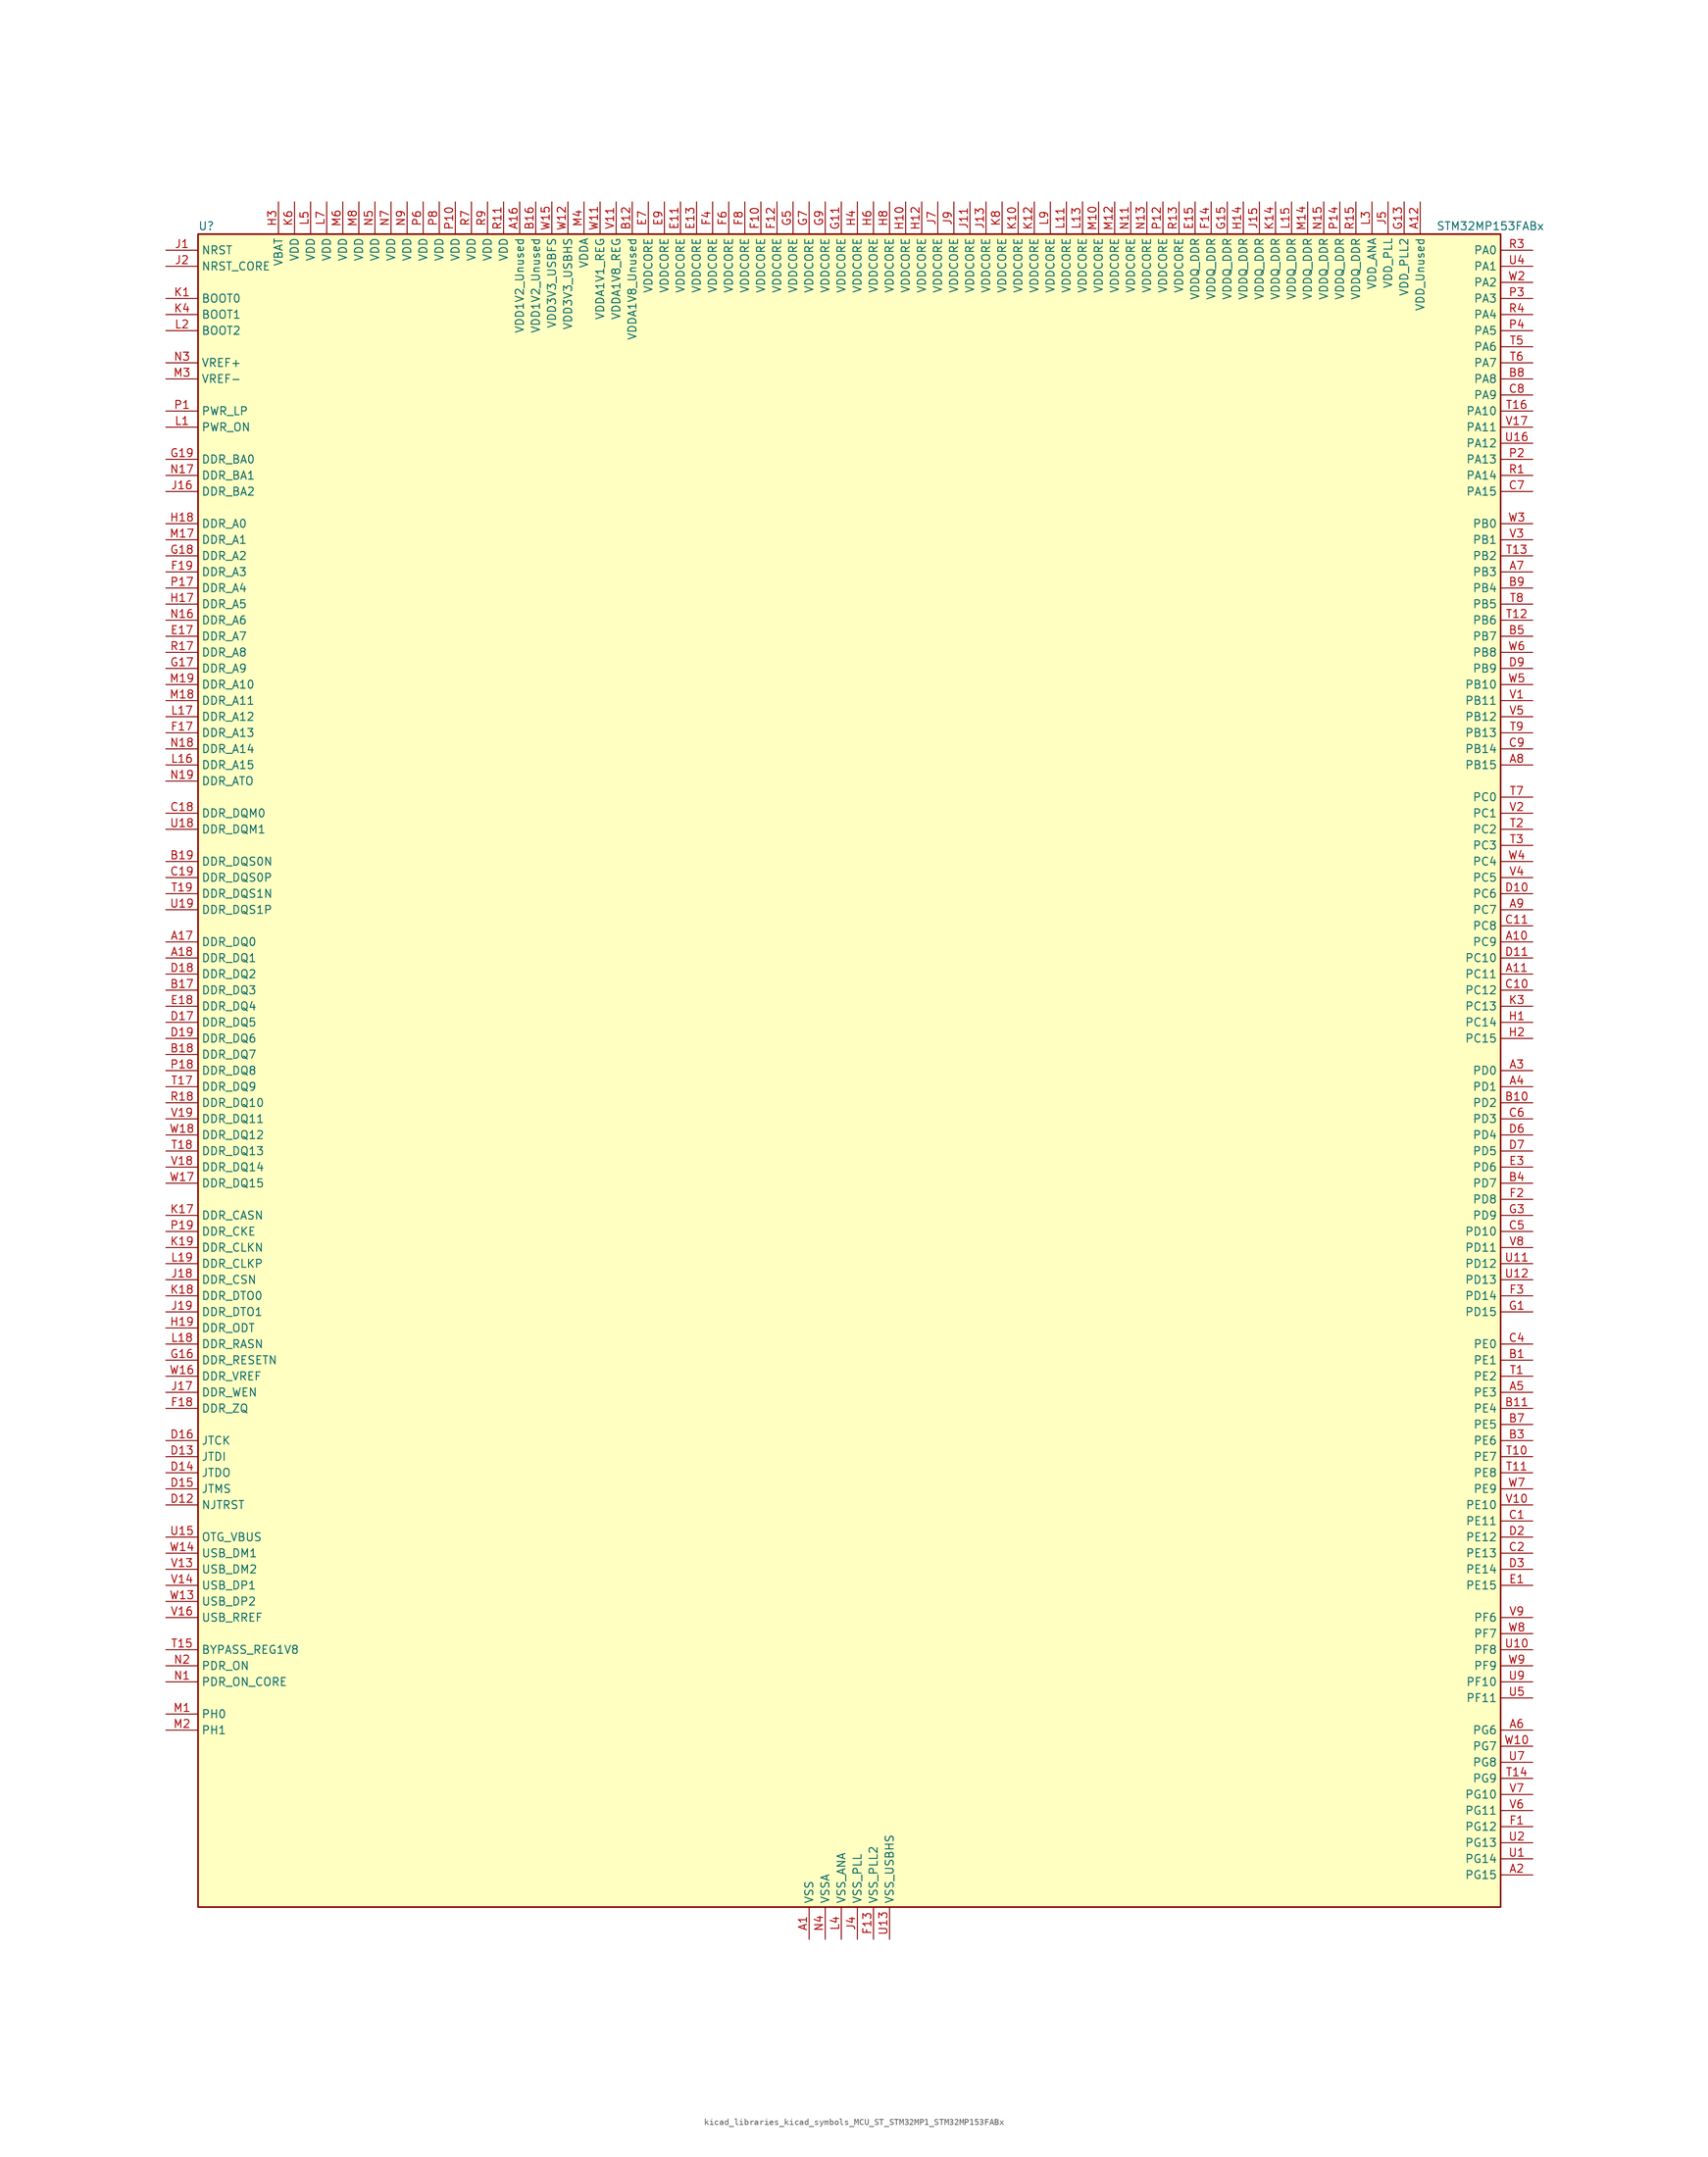
<source format=kicad_sym>
(kicad_symbol_lib
  (version 20220914)
  (generator kicad_symbol_editor)
  (symbol "kicad_libraries_kicad_symbols_MCU_ST_STM32MP1_STM32MP153FABx"
    (property "Reference" "U"
      (at -101.6 133.35 0)
      (effects (font (size 1.27 1.27)) (justify left)))
    (property "Value" "STM32MP153FABx"
      (at 93.98 133.35 0)
      (effects (font (size 1.27 1.27)) (justify left)))
    (property "ki_locked" ""
      (at 0 0 0)
      (effects (font (size 1.27 1.27))))
    (symbol "kicad_libraries_kicad_symbols_MCU_ST_STM32MP1_STM32MP153FABx_0_1"
      (rectangle (start -101.6 -132.08) (end 104.14 132.08) (stroke (width 0.254) (type default)) (fill (type background))))
    (symbol "kicad_libraries_kicad_symbols_MCU_ST_STM32MP1_STM32MP153FABx_1_1"
      (pin power_in line (at -5.08 -137.16 90) (length 5.08) (name "VSS" (effects (font (size 1.27 1.27)))) (number "A1" (effects (font (size 1.27 1.27)))))
      (pin bidirectional line (at 109.22 20.32 180) (length 5.08) (name "PC9" (effects (font (size 1.27 1.27)))) (number "A10" (effects (font (size 1.27 1.27)))) (alternate "DAC1_EXTI9" bidirectional line) (alternate "DCMI_D3" bidirectional line) (alternate "DEBUG_TRACED1" bidirectional line) (alternate "I2C3_SDA" bidirectional line) (alternate "I2S_CKIN" bidirectional line) (alternate "LTDC_B2" bidirectional line) (alternate "QUADSPI_BK1_IO0" bidirectional line) (alternate "SDMMC1_D1" bidirectional line) (alternate "TIM3_CH4" bidirectional line) (alternate "TIM8_CH4" bidirectional line) (alternate "UART5_CTS" bidirectional line))
      (pin bidirectional line (at 109.22 15.24 180) (length 5.08) (name "PC11" (effects (font (size 1.27 1.27)))) (number "A11" (effects (font (size 1.27 1.27)))) (alternate "ADC1_EXTI11" bidirectional line) (alternate "ADC2_EXTI11" bidirectional line) (alternate "DCMI_D4" bidirectional line) (alternate "DEBUG_TRACED3" bidirectional line) (alternate "DFSDM1_DATIN5" bidirectional line) (alternate "I2S3_SDI" bidirectional line) (alternate "QUADSPI_BK2_NCS" bidirectional line) (alternate "SAI4_SCK_B" bidirectional line) (alternate "SDMMC1_D3" bidirectional line) (alternate "SPI3_MISO" bidirectional line) (alternate "UART4_RX" bidirectional line) (alternate "USART3_RX" bidirectional line))
      (pin power_in line (at 91.44 137.16 270) (length 5.08) (name "VDD_Unused" (effects (font (size 1.27 1.27)))) (number "A12" (effects (font (size 1.27 1.27)))))
      (pin no_connect line (at -101.6 -132.08 0) (length 5.08) hide (name "DNU" (effects (font (size 1.27 1.27)))) (number "A13" (effects (font (size 1.27 1.27)))))
      (pin no_connect line (at -101.6 -129.54 0) (length 5.08) hide (name "DNU" (effects (font (size 1.27 1.27)))) (number "A14" (effects (font (size 1.27 1.27)))))
      (pin no_connect line (at -101.6 -127 0) (length 5.08) hide (name "DNU" (effects (font (size 1.27 1.27)))) (number "A15" (effects (font (size 1.27 1.27)))))
      (pin power_in line (at -50.8 137.16 270) (length 5.08) (name "VDD1V2_Unused" (effects (font (size 1.27 1.27)))) (number "A16" (effects (font (size 1.27 1.27)))))
      (pin bidirectional line (at -106.68 20.32 0) (length 5.08) (name "DDR_DQ0" (effects (font (size 1.27 1.27)))) (number "A17" (effects (font (size 1.27 1.27)))) (alternate "DDR_DQ0" bidirectional line))
      (pin bidirectional line (at -106.68 17.78 0) (length 5.08) (name "DDR_DQ1" (effects (font (size 1.27 1.27)))) (number "A18" (effects (font (size 1.27 1.27)))) (alternate "DDR_DQ1" bidirectional line))
      (pin passive line (at -5.08 -137.16 90) (length 5.08) hide (name "VSS" (effects (font (size 1.27 1.27)))) (number "A19" (effects (font (size 1.27 1.27)))))
      (pin bidirectional line (at 109.22 -127 180) (length 5.08) (name "PG15" (effects (font (size 1.27 1.27)))) (number "A2" (effects (font (size 1.27 1.27)))) (alternate "ADC1_EXTI15" bidirectional line) (alternate "ADC2_EXTI15" bidirectional line) (alternate "DCMI_D13" bidirectional line) (alternate "DEBUG_TRACED7" bidirectional line) (alternate "I2C2_SDA" bidirectional line) (alternate "SAI1_D2" bidirectional line) (alternate "SAI1_FS_A" bidirectional line) (alternate "SDMMC3_CK" bidirectional line) (alternate "USART6_CTS" bidirectional line) (alternate "USART6_NSS" bidirectional line))
      (pin bidirectional line (at 109.22 0 180) (length 5.08) (name "PD0" (effects (font (size 1.27 1.27)))) (number "A3" (effects (font (size 1.27 1.27)))) (alternate "DFSDM1_CKIN6" bidirectional line) (alternate "DFSDM1_DATIN7" bidirectional line) (alternate "FDCAN1_RX" bidirectional line) (alternate "FMC_D2" bidirectional line) (alternate "FMC_DA2" bidirectional line) (alternate "I2C5_SDA" bidirectional line) (alternate "I2C6_SDA" bidirectional line) (alternate "SAI3_SCK_A" bidirectional line) (alternate "SDMMC3_CMD" bidirectional line) (alternate "UART4_RX" bidirectional line))
      (pin bidirectional line (at 109.22 -2.54 180) (length 5.08) (name "PD1" (effects (font (size 1.27 1.27)))) (number "A4" (effects (font (size 1.27 1.27)))) (alternate "DFSDM1_CKIN7" bidirectional line) (alternate "DFSDM1_DATIN6" bidirectional line) (alternate "FDCAN1_TX" bidirectional line) (alternate "FMC_D3" bidirectional line) (alternate "FMC_DA3" bidirectional line) (alternate "I2C5_SCL" bidirectional line) (alternate "I2C6_SCL" bidirectional line) (alternate "SAI3_SD_A" bidirectional line) (alternate "SDMMC3_D0" bidirectional line) (alternate "UART4_TX" bidirectional line))
      (pin bidirectional line (at 109.22 -50.8 180) (length 5.08) (name "PE3" (effects (font (size 1.27 1.27)))) (number "A5" (effects (font (size 1.27 1.27)))) (alternate "DEBUG_TRACED0" bidirectional line) (alternate "FMC_A19" bidirectional line) (alternate "SAI1_SD_B" bidirectional line) (alternate "SDMMC2_CK" bidirectional line) (alternate "TIM15_BKIN" bidirectional line))
      (pin bidirectional line (at 109.22 -104.14 180) (length 5.08) (name "PG6" (effects (font (size 1.27 1.27)))) (number "A6" (effects (font (size 1.27 1.27)))) (alternate "DCMI_D12" bidirectional line) (alternate "DEBUG_TRACED14" bidirectional line) (alternate "LTDC_R7" bidirectional line) (alternate "SDMMC2_CMD" bidirectional line) (alternate "TIM17_BKIN" bidirectional line))
      (pin bidirectional line (at 109.22 78.74 180) (length 5.08) (name "PB3" (effects (font (size 1.27 1.27)))) (number "A7" (effects (font (size 1.27 1.27)))) (alternate "DEBUG_TRACED9" bidirectional line) (alternate "I2S1_CK" bidirectional line) (alternate "I2S3_CK" bidirectional line) (alternate "SAI4_CK1" bidirectional line) (alternate "SAI4_MCLK_A" bidirectional line) (alternate "SDMMC2_D2" bidirectional line) (alternate "SPI1_SCK" bidirectional line) (alternate "SPI3_SCK" bidirectional line) (alternate "SPI6_SCK" bidirectional line) (alternate "TIM2_CH2" bidirectional line) (alternate "UART7_RX" bidirectional line))
      (pin bidirectional line (at 109.22 48.26 180) (length 5.08) (name "PB15" (effects (font (size 1.27 1.27)))) (number "A8" (effects (font (size 1.27 1.27)))) (alternate "ADC1_EXTI15" bidirectional line) (alternate "ADC2_EXTI15" bidirectional line) (alternate "DFSDM1_CKIN2" bidirectional line) (alternate "I2S2_SDO" bidirectional line) (alternate "RTC_REFIN" bidirectional line) (alternate "SDMMC2_D1" bidirectional line) (alternate "SPI2_MOSI" bidirectional line) (alternate "TIM12_CH2" bidirectional line) (alternate "TIM1_CH3N" bidirectional line) (alternate "TIM8_CH3N" bidirectional line) (alternate "USART1_RX" bidirectional line))
      (pin bidirectional line (at 109.22 25.4 180) (length 5.08) (name "PC7" (effects (font (size 1.27 1.27)))) (number "A9" (effects (font (size 1.27 1.27)))) (alternate "DCMI_D1" bidirectional line) (alternate "DFSDM1_DATIN3" bidirectional line) (alternate "HDP_HDP4" bidirectional line) (alternate "I2S3_MCK" bidirectional line) (alternate "LTDC_G6" bidirectional line) (alternate "SDMMC1_D123DIR" bidirectional line) (alternate "SDMMC1_D7" bidirectional line) (alternate "SDMMC2_D123DIR" bidirectional line) (alternate "SDMMC2_D7" bidirectional line) (alternate "TIM3_CH2" bidirectional line) (alternate "TIM8_CH2" bidirectional line) (alternate "USART6_RX" bidirectional line))
      (pin bidirectional line (at 109.22 -45.72 180) (length 5.08) (name "PE1" (effects (font (size 1.27 1.27)))) (number "B1" (effects (font (size 1.27 1.27)))) (alternate "DCMI_D3" bidirectional line) (alternate "FMC_NBL1" bidirectional line) (alternate "I2S2_MCK" bidirectional line) (alternate "LPTIM1_IN2" bidirectional line) (alternate "SAI3_SD_B" bidirectional line) (alternate "UART8_TX" bidirectional line))
      (pin bidirectional line (at 109.22 -5.08 180) (length 5.08) (name "PD2" (effects (font (size 1.27 1.27)))) (number "B10" (effects (font (size 1.27 1.27)))) (alternate "DCMI_D11" bidirectional line) (alternate "I2C5_SMBA" bidirectional line) (alternate "SDMMC1_CMD" bidirectional line) (alternate "TIM3_ETR" bidirectional line) (alternate "UART4_RX" bidirectional line) (alternate "UART5_RX" bidirectional line))
      (pin bidirectional line (at 109.22 -53.34 180) (length 5.08) (name "PE4" (effects (font (size 1.27 1.27)))) (number "B11" (effects (font (size 1.27 1.27)))) (alternate "DCMI_D4" bidirectional line) (alternate "DEBUG_TRACED1" bidirectional line) (alternate "DFSDM1_DATIN3" bidirectional line) (alternate "FMC_A20" bidirectional line) (alternate "LTDC_B0" bidirectional line) (alternate "SAI1_D2" bidirectional line) (alternate "SAI1_FS_A" bidirectional line) (alternate "SDMMC1_CKIN" bidirectional line) (alternate "SDMMC1_D4" bidirectional line) (alternate "SDMMC2_CKIN" bidirectional line) (alternate "SDMMC2_D4" bidirectional line) (alternate "SPI4_NSS" bidirectional line) (alternate "TIM15_CH1N" bidirectional line))
      (pin power_in line (at -33.02 137.16 270) (length 5.08) (name "VDDA1V8_Unused" (effects (font (size 1.27 1.27)))) (number "B12" (effects (font (size 1.27 1.27)))))
      (pin no_connect line (at -101.6 -124.46 0) (length 5.08) hide (name "DNU" (effects (font (size 1.27 1.27)))) (number "B13" (effects (font (size 1.27 1.27)))))
      (pin no_connect line (at -101.6 -121.92 0) (length 5.08) hide (name "DNU" (effects (font (size 1.27 1.27)))) (number "B14" (effects (font (size 1.27 1.27)))))
      (pin no_connect line (at -101.6 -119.38 0) (length 5.08) hide (name "DNU" (effects (font (size 1.27 1.27)))) (number "B15" (effects (font (size 1.27 1.27)))))
      (pin power_in line (at -48.26 137.16 270) (length 5.08) (name "VDD1V2_Unused" (effects (font (size 1.27 1.27)))) (number "B16" (effects (font (size 1.27 1.27)))))
      (pin bidirectional line (at -106.68 12.7 0) (length 5.08) (name "DDR_DQ3" (effects (font (size 1.27 1.27)))) (number "B17" (effects (font (size 1.27 1.27)))) (alternate "DDR_DQ3" bidirectional line))
      (pin bidirectional line (at -106.68 2.54 0) (length 5.08) (name "DDR_DQ7" (effects (font (size 1.27 1.27)))) (number "B18" (effects (font (size 1.27 1.27)))) (alternate "DDR_DQ7" bidirectional line))
      (pin bidirectional line (at -106.68 33.02 0) (length 5.08) (name "DDR_DQS0N" (effects (font (size 1.27 1.27)))) (number "B19" (effects (font (size 1.27 1.27)))) (alternate "DDR_DQS0N" bidirectional line))
      (pin passive line (at -5.08 -137.16 90) (length 5.08) hide (name "VSS" (effects (font (size 1.27 1.27)))) (number "B2" (effects (font (size 1.27 1.27)))))
      (pin bidirectional line (at 109.22 -58.42 180) (length 5.08) (name "PE6" (effects (font (size 1.27 1.27)))) (number "B3" (effects (font (size 1.27 1.27)))) (alternate "DCMI_D7" bidirectional line) (alternate "DEBUG_TRACED2" bidirectional line) (alternate "FMC_A22" bidirectional line) (alternate "LTDC_G1" bidirectional line) (alternate "SAI1_D1" bidirectional line) (alternate "SAI1_SD_A" bidirectional line) (alternate "SAI2_MCLK_B" bidirectional line) (alternate "SDMMC1_D2" bidirectional line) (alternate "SDMMC2_D0" bidirectional line) (alternate "SPI4_MOSI" bidirectional line) (alternate "TIM15_CH2" bidirectional line) (alternate "TIM1_BKIN2" bidirectional line))
      (pin bidirectional line (at 109.22 -17.78 180) (length 5.08) (name "PD7" (effects (font (size 1.27 1.27)))) (number "B4" (effects (font (size 1.27 1.27)))) (alternate "DEBUG_TRACED6" bidirectional line) (alternate "DFSDM1_CKIN1" bidirectional line) (alternate "DFSDM1_DATIN4" bidirectional line) (alternate "FMC_NE1" bidirectional line) (alternate "I2C2_SCL" bidirectional line) (alternate "SDMMC3_D3" bidirectional line) (alternate "SPDIFRX_IN0" bidirectional line) (alternate "USART2_CK" bidirectional line))
      (pin bidirectional line (at 109.22 68.58 180) (length 5.08) (name "PB7" (effects (font (size 1.27 1.27)))) (number "B5" (effects (font (size 1.27 1.27)))) (alternate "DCMI_VSYNC" bidirectional line) (alternate "DFSDM1_CKIN5" bidirectional line) (alternate "FMC_NL" bidirectional line) (alternate "I2C1_SDA" bidirectional line) (alternate "I2C4_SDA" bidirectional line) (alternate "SDMMC2_D1" bidirectional line) (alternate "TIM17_CH1N" bidirectional line) (alternate "TIM4_CH2" bidirectional line) (alternate "USART1_RX" bidirectional line))
      (pin passive line (at -5.08 -137.16 90) (length 5.08) hide (name "VSS" (effects (font (size 1.27 1.27)))) (number "B6" (effects (font (size 1.27 1.27)))))
      (pin bidirectional line (at 109.22 -55.88 180) (length 5.08) (name "PE5" (effects (font (size 1.27 1.27)))) (number "B7" (effects (font (size 1.27 1.27)))) (alternate "DCMI_D6" bidirectional line) (alternate "DEBUG_TRACED3" bidirectional line) (alternate "DFSDM1_CKIN3" bidirectional line) (alternate "FMC_A21" bidirectional line) (alternate "LTDC_G0" bidirectional line) (alternate "SAI1_CK2" bidirectional line) (alternate "SAI1_SCK_A" bidirectional line) (alternate "SDMMC1_D0DIR" bidirectional line) (alternate "SDMMC1_D6" bidirectional line) (alternate "SDMMC2_D0DIR" bidirectional line) (alternate "SDMMC2_D6" bidirectional line) (alternate "SPI4_MISO" bidirectional line) (alternate "TIM15_CH1" bidirectional line))
      (pin bidirectional line (at 109.22 109.22 180) (length 5.08) (name "PA8" (effects (font (size 1.27 1.27)))) (number "B8" (effects (font (size 1.27 1.27)))) (alternate "I2C3_SCL" bidirectional line) (alternate "I2S3_SDO" bidirectional line) (alternate "LTDC_R6" bidirectional line) (alternate "RCC_MCO_1" bidirectional line) (alternate "SAI4_SD_B" bidirectional line) (alternate "SDMMC2_CKIN" bidirectional line) (alternate "SDMMC2_D4" bidirectional line) (alternate "SPI3_MOSI" bidirectional line) (alternate "TIM1_CH1" bidirectional line) (alternate "TIM8_BKIN2" bidirectional line) (alternate "UART7_RX" bidirectional line) (alternate "USART1_CK" bidirectional line) (alternate "USB_OTG_HS_SOF" bidirectional line))
      (pin bidirectional line (at 109.22 76.2 180) (length 5.08) (name "PB4" (effects (font (size 1.27 1.27)))) (number "B9" (effects (font (size 1.27 1.27)))) (alternate "DEBUG_TRACED8" bidirectional line) (alternate "I2S1_SDI" bidirectional line) (alternate "I2S2_WS" bidirectional line) (alternate "I2S3_SDI" bidirectional line) (alternate "SAI4_CK2" bidirectional line) (alternate "SAI4_SCK_A" bidirectional line) (alternate "SDMMC2_D3" bidirectional line) (alternate "SPI1_MISO" bidirectional line) (alternate "SPI2_NSS" bidirectional line) (alternate "SPI3_MISO" bidirectional line) (alternate "SPI6_MISO" bidirectional line) (alternate "TIM16_BKIN" bidirectional line) (alternate "TIM3_CH1" bidirectional line) (alternate "UART7_TX" bidirectional line))
      (pin bidirectional line (at 109.22 -71.12 180) (length 5.08) (name "PE11" (effects (font (size 1.27 1.27)))) (number "C1" (effects (font (size 1.27 1.27)))) (alternate "ADC1_EXTI11" bidirectional line) (alternate "ADC2_EXTI11" bidirectional line) (alternate "DCMI_D4" bidirectional line) (alternate "DFSDM1_CKIN4" bidirectional line) (alternate "FMC_D8" bidirectional line) (alternate "FMC_DA8" bidirectional line) (alternate "LTDC_G3" bidirectional line) (alternate "SAI2_SD_B" bidirectional line) (alternate "SPI4_NSS" bidirectional line) (alternate "TIM1_CH2" bidirectional line) (alternate "USART6_CK" bidirectional line))
      (pin bidirectional line (at 109.22 12.7 180) (length 5.08) (name "PC12" (effects (font (size 1.27 1.27)))) (number "C10" (effects (font (size 1.27 1.27)))) (alternate "DCMI_D9" bidirectional line) (alternate "DEBUG_TRACECLK" bidirectional line) (alternate "I2S3_SDO" bidirectional line) (alternate "RCC_MCO_2" bidirectional line) (alternate "SAI4_D3" bidirectional line) (alternate "SAI4_SD_B" bidirectional line) (alternate "SDMMC1_CK" bidirectional line) (alternate "SPI3_MOSI" bidirectional line) (alternate "UART5_TX" bidirectional line) (alternate "USART3_CK" bidirectional line))
      (pin bidirectional line (at 109.22 22.86 180) (length 5.08) (name "PC8" (effects (font (size 1.27 1.27)))) (number "C11" (effects (font (size 1.27 1.27)))) (alternate "DCMI_D2" bidirectional line) (alternate "DEBUG_TRACED0" bidirectional line) (alternate "SDMMC1_D0" bidirectional line) (alternate "TIM3_CH3" bidirectional line) (alternate "TIM8_CH3" bidirectional line) (alternate "UART4_TX" bidirectional line) (alternate "UART5_DE" bidirectional line) (alternate "UART5_RTS" bidirectional line) (alternate "USART6_CK" bidirectional line))
      (pin passive line (at -5.08 -137.16 90) (length 5.08) hide (name "VSS" (effects (font (size 1.27 1.27)))) (number "C12" (effects (font (size 1.27 1.27)))))
      (pin passive line (at -5.08 -137.16 90) (length 5.08) hide (name "VSS" (effects (font (size 1.27 1.27)))) (number "C13" (effects (font (size 1.27 1.27)))))
      (pin passive line (at -5.08 -137.16 90) (length 5.08) hide (name "VSS" (effects (font (size 1.27 1.27)))) (number "C14" (effects (font (size 1.27 1.27)))))
      (pin passive line (at -5.08 -137.16 90) (length 5.08) hide (name "VSS" (effects (font (size 1.27 1.27)))) (number "C15" (effects (font (size 1.27 1.27)))))
      (pin passive line (at -5.08 -137.16 90) (length 5.08) hide (name "VSS" (effects (font (size 1.27 1.27)))) (number "C16" (effects (font (size 1.27 1.27)))))
      (pin passive line (at -5.08 -137.16 90) (length 5.08) hide (name "VSS" (effects (font (size 1.27 1.27)))) (number "C17" (effects (font (size 1.27 1.27)))))
      (pin bidirectional line (at -106.68 40.64 0) (length 5.08) (name "DDR_DQM0" (effects (font (size 1.27 1.27)))) (number "C18" (effects (font (size 1.27 1.27)))) (alternate "DDR_DQM0" bidirectional line))
      (pin bidirectional line (at -106.68 30.48 0) (length 5.08) (name "DDR_DQS0P" (effects (font (size 1.27 1.27)))) (number "C19" (effects (font (size 1.27 1.27)))) (alternate "DDR_DQS0P" bidirectional line))
      (pin bidirectional line (at 109.22 -76.2 180) (length 5.08) (name "PE13" (effects (font (size 1.27 1.27)))) (number "C2" (effects (font (size 1.27 1.27)))) (alternate "DCMI_D6" bidirectional line) (alternate "DFSDM1_CKIN5" bidirectional line) (alternate "FMC_D10" bidirectional line) (alternate "FMC_DA10" bidirectional line) (alternate "HDP_HDP2" bidirectional line) (alternate "LTDC_DE" bidirectional line) (alternate "SAI2_FS_B" bidirectional line) (alternate "SPI4_MISO" bidirectional line) (alternate "TIM1_CH3" bidirectional line))
      (pin passive line (at -5.08 -137.16 90) (length 5.08) hide (name "VSS" (effects (font (size 1.27 1.27)))) (number "C3" (effects (font (size 1.27 1.27)))))
      (pin bidirectional line (at 109.22 -43.18 180) (length 5.08) (name "PE0" (effects (font (size 1.27 1.27)))) (number "C4" (effects (font (size 1.27 1.27)))) (alternate "DCMI_D2" bidirectional line) (alternate "FMC_NBL0" bidirectional line) (alternate "I2S3_CK" bidirectional line) (alternate "LPTIM1_ETR" bidirectional line) (alternate "LPTIM2_ETR" bidirectional line) (alternate "SAI2_MCLK_A" bidirectional line) (alternate "SAI4_MCLK_B" bidirectional line) (alternate "SPI3_SCK" bidirectional line) (alternate "TIM4_ETR" bidirectional line) (alternate "UART8_RX" bidirectional line))
      (pin bidirectional line (at 109.22 -25.4 180) (length 5.08) (name "PD10" (effects (font (size 1.27 1.27)))) (number "C5" (effects (font (size 1.27 1.27)))) (alternate "DFSDM1_CKOUT" bidirectional line) (alternate "FMC_D15" bidirectional line) (alternate "FMC_DA15" bidirectional line) (alternate "I2C5_SMBA" bidirectional line) (alternate "I2S3_SDI" bidirectional line) (alternate "LTDC_B3" bidirectional line) (alternate "RTC_REFIN" bidirectional line) (alternate "SAI3_FS_B" bidirectional line) (alternate "SPI3_MISO" bidirectional line) (alternate "TIM16_BKIN" bidirectional line) (alternate "USART3_CK" bidirectional line))
      (pin bidirectional line (at 109.22 -7.62 180) (length 5.08) (name "PD3" (effects (font (size 1.27 1.27)))) (number "C6" (effects (font (size 1.27 1.27)))) (alternate "DCMI_D5" bidirectional line) (alternate "DFSDM1_CKOUT" bidirectional line) (alternate "DFSDM1_DATIN0" bidirectional line) (alternate "FMC_CLK" bidirectional line) (alternate "HDP_HDP5" bidirectional line) (alternate "I2S2_CK" bidirectional line) (alternate "LTDC_G7" bidirectional line) (alternate "SDMMC1_D123DIR" bidirectional line) (alternate "SDMMC1_D7" bidirectional line) (alternate "SDMMC2_D123DIR" bidirectional line) (alternate "SDMMC2_D7" bidirectional line) (alternate "SPI2_SCK" bidirectional line) (alternate "USART2_CTS" bidirectional line) (alternate "USART2_NSS" bidirectional line))
      (pin bidirectional line (at 109.22 91.44 180) (length 5.08) (name "PA15" (effects (font (size 1.27 1.27)))) (number "C7" (effects (font (size 1.27 1.27)))) (alternate "ADC1_EXTI15" bidirectional line) (alternate "ADC2_EXTI15" bidirectional line) (alternate "CEC" bidirectional line) (alternate "DEBUG_DBTRGI" bidirectional line) (alternate "I2S1_WS" bidirectional line) (alternate "I2S3_WS" bidirectional line) (alternate "LTDC_R1" bidirectional line) (alternate "SAI4_D2" bidirectional line) (alternate "SAI4_FS_A" bidirectional line) (alternate "SDMMC1_CDIR" bidirectional line) (alternate "SDMMC1_D5" bidirectional line) (alternate "SDMMC2_CDIR" bidirectional line) (alternate "SDMMC2_D5" bidirectional line) (alternate "SPI1_NSS" bidirectional line) (alternate "SPI3_NSS" bidirectional line) (alternate "SPI6_NSS" bidirectional line) (alternate "TIM2_CH1" bidirectional line) (alternate "TIM2_ETR" bidirectional line) (alternate "UART4_DE" bidirectional line) (alternate "UART4_RTS" bidirectional line) (alternate "UART7_TX" bidirectional line))
      (pin bidirectional line (at 109.22 106.68 180) (length 5.08) (name "PA9" (effects (font (size 1.27 1.27)))) (number "C8" (effects (font (size 1.27 1.27)))) (alternate "DAC1_EXTI9" bidirectional line) (alternate "DCMI_D0" bidirectional line) (alternate "I2C3_SMBA" bidirectional line) (alternate "I2S2_CK" bidirectional line) (alternate "LTDC_R5" bidirectional line) (alternate "SDMMC2_CDIR" bidirectional line) (alternate "SDMMC2_D5" bidirectional line) (alternate "SPI2_SCK" bidirectional line) (alternate "TIM1_CH2" bidirectional line) (alternate "USART1_TX" bidirectional line))
      (pin bidirectional line (at 109.22 50.8 180) (length 5.08) (name "PB14" (effects (font (size 1.27 1.27)))) (number "C9" (effects (font (size 1.27 1.27)))) (alternate "DFSDM1_DATIN2" bidirectional line) (alternate "I2S2_SDI" bidirectional line) (alternate "SDMMC2_D0" bidirectional line) (alternate "SPI2_MISO" bidirectional line) (alternate "TIM12_CH1" bidirectional line) (alternate "TIM1_CH2N" bidirectional line) (alternate "TIM8_CH2N" bidirectional line) (alternate "USART1_TX" bidirectional line) (alternate "USART3_DE" bidirectional line) (alternate "USART3_RTS" bidirectional line))
      (pin passive line (at -5.08 -137.16 90) (length 5.08) hide (name "VSS" (effects (font (size 1.27 1.27)))) (number "D1" (effects (font (size 1.27 1.27)))))
      (pin bidirectional line (at 109.22 27.94 180) (length 5.08) (name "PC6" (effects (font (size 1.27 1.27)))) (number "D10" (effects (font (size 1.27 1.27)))) (alternate "DCMI_D0" bidirectional line) (alternate "DFSDM1_CKIN3" bidirectional line) (alternate "HDP_HDP1" bidirectional line) (alternate "I2S2_MCK" bidirectional line) (alternate "LTDC_HSYNC" bidirectional line) (alternate "SDMMC1_D0DIR" bidirectional line) (alternate "SDMMC1_D6" bidirectional line) (alternate "SDMMC2_D0DIR" bidirectional line) (alternate "SDMMC2_D6" bidirectional line) (alternate "TIM3_CH1" bidirectional line) (alternate "TIM8_CH1" bidirectional line) (alternate "USART6_TX" bidirectional line))
      (pin bidirectional line (at 109.22 17.78 180) (length 5.08) (name "PC10" (effects (font (size 1.27 1.27)))) (number "D11" (effects (font (size 1.27 1.27)))) (alternate "DCMI_D8" bidirectional line) (alternate "DEBUG_TRACED2" bidirectional line) (alternate "DFSDM1_CKIN5" bidirectional line) (alternate "I2S3_CK" bidirectional line) (alternate "LTDC_R2" bidirectional line) (alternate "QUADSPI_BK1_IO1" bidirectional line) (alternate "SAI4_MCLK_B" bidirectional line) (alternate "SDMMC1_D2" bidirectional line) (alternate "SPI3_SCK" bidirectional line) (alternate "UART4_TX" bidirectional line) (alternate "USART3_TX" bidirectional line))
      (pin bidirectional line (at -106.68 -68.58 0) (length 5.08) (name "NJTRST" (effects (font (size 1.27 1.27)))) (number "D12" (effects (font (size 1.27 1.27)))) (alternate "DEBUG_JTRST" bidirectional line))
      (pin bidirectional line (at -106.68 -60.96 0) (length 5.08) (name "JTDI" (effects (font (size 1.27 1.27)))) (number "D13" (effects (font (size 1.27 1.27)))) (alternate "DEBUG_JTDI" bidirectional line))
      (pin bidirectional line (at -106.68 -63.5 0) (length 5.08) (name "JTDO" (effects (font (size 1.27 1.27)))) (number "D14" (effects (font (size 1.27 1.27)))) (alternate "DEBUG_JTDO-SWO" bidirectional line))
      (pin bidirectional line (at -106.68 -66.04 0) (length 5.08) (name "JTMS" (effects (font (size 1.27 1.27)))) (number "D15" (effects (font (size 1.27 1.27)))) (alternate "DEBUG_JTMS-SWDIO" bidirectional line))
      (pin bidirectional line (at -106.68 -58.42 0) (length 5.08) (name "JTCK" (effects (font (size 1.27 1.27)))) (number "D16" (effects (font (size 1.27 1.27)))) (alternate "DEBUG_JTCK-SWCLK" bidirectional line))
      (pin bidirectional line (at -106.68 7.62 0) (length 5.08) (name "DDR_DQ5" (effects (font (size 1.27 1.27)))) (number "D17" (effects (font (size 1.27 1.27)))) (alternate "DDR_DQ5" bidirectional line))
      (pin bidirectional line (at -106.68 15.24 0) (length 5.08) (name "DDR_DQ2" (effects (font (size 1.27 1.27)))) (number "D18" (effects (font (size 1.27 1.27)))) (alternate "DDR_DQ2" bidirectional line))
      (pin bidirectional line (at -106.68 5.08 0) (length 5.08) (name "DDR_DQ6" (effects (font (size 1.27 1.27)))) (number "D19" (effects (font (size 1.27 1.27)))) (alternate "DDR_DQ6" bidirectional line))
      (pin bidirectional line (at 109.22 -73.66 180) (length 5.08) (name "PE12" (effects (font (size 1.27 1.27)))) (number "D2" (effects (font (size 1.27 1.27)))) (alternate "DFSDM1_DATIN5" bidirectional line) (alternate "FMC_D9" bidirectional line) (alternate "FMC_DA9" bidirectional line) (alternate "LTDC_B4" bidirectional line) (alternate "SAI2_SCK_B" bidirectional line) (alternate "SDMMC1_D0DIR" bidirectional line) (alternate "SPI4_SCK" bidirectional line) (alternate "TIM1_CH3N" bidirectional line))
      (pin bidirectional line (at 109.22 -78.74 180) (length 5.08) (name "PE14" (effects (font (size 1.27 1.27)))) (number "D3" (effects (font (size 1.27 1.27)))) (alternate "FMC_D11" bidirectional line) (alternate "FMC_DA11" bidirectional line) (alternate "LTDC_CLK" bidirectional line) (alternate "LTDC_G0" bidirectional line) (alternate "SAI2_MCLK_B" bidirectional line) (alternate "SDMMC1_D123DIR" bidirectional line) (alternate "SPI4_MOSI" bidirectional line) (alternate "TIM1_CH4" bidirectional line) (alternate "UART8_DE" bidirectional line) (alternate "UART8_RTS" bidirectional line))
      (pin passive line (at -5.08 -137.16 90) (length 5.08) hide (name "VSS" (effects (font (size 1.27 1.27)))) (number "D4" (effects (font (size 1.27 1.27)))))
      (pin passive line (at -5.08 -137.16 90) (length 5.08) hide (name "VSS" (effects (font (size 1.27 1.27)))) (number "D5" (effects (font (size 1.27 1.27)))))
      (pin bidirectional line (at 109.22 -10.16 180) (length 5.08) (name "PD4" (effects (font (size 1.27 1.27)))) (number "D6" (effects (font (size 1.27 1.27)))) (alternate "DFSDM1_CKIN0" bidirectional line) (alternate "FMC_NOE" bidirectional line) (alternate "SAI3_FS_A" bidirectional line) (alternate "SDMMC3_D1" bidirectional line) (alternate "USART2_DE" bidirectional line) (alternate "USART2_RTS" bidirectional line))
      (pin bidirectional line (at 109.22 -12.7 180) (length 5.08) (name "PD5" (effects (font (size 1.27 1.27)))) (number "D7" (effects (font (size 1.27 1.27)))) (alternate "FMC_NWE" bidirectional line) (alternate "SDMMC3_D2" bidirectional line) (alternate "USART2_TX" bidirectional line))
      (pin passive line (at -5.08 -137.16 90) (length 5.08) hide (name "VSS" (effects (font (size 1.27 1.27)))) (number "D8" (effects (font (size 1.27 1.27)))))
      (pin bidirectional line (at 109.22 63.5 180) (length 5.08) (name "PB9" (effects (font (size 1.27 1.27)))) (number "D9" (effects (font (size 1.27 1.27)))) (alternate "DAC1_EXTI9" bidirectional line) (alternate "DCMI_D7" bidirectional line) (alternate "DFSDM1_DATIN7" bidirectional line) (alternate "FDCAN1_TX" bidirectional line) (alternate "HDP_HDP7" bidirectional line) (alternate "I2C1_SDA" bidirectional line) (alternate "I2C4_SDA" bidirectional line) (alternate "I2S2_WS" bidirectional line) (alternate "LTDC_B7" bidirectional line) (alternate "SDMMC1_CDIR" bidirectional line) (alternate "SDMMC1_D5" bidirectional line) (alternate "SDMMC2_CDIR" bidirectional line) (alternate "SDMMC2_D5" bidirectional line) (alternate "SPI2_NSS" bidirectional line) (alternate "TIM17_CH1" bidirectional line) (alternate "TIM4_CH4" bidirectional line) (alternate "UART4_TX" bidirectional line))
      (pin bidirectional line (at 109.22 -81.28 180) (length 5.08) (name "PE15" (effects (font (size 1.27 1.27)))) (number "E1" (effects (font (size 1.27 1.27)))) (alternate "ADC1_EXTI15" bidirectional line) (alternate "ADC2_EXTI15" bidirectional line) (alternate "FMC_D12" bidirectional line) (alternate "FMC_DA12" bidirectional line) (alternate "FMC_NCE2" bidirectional line) (alternate "HDP_HDP3" bidirectional line) (alternate "LTDC_R7" bidirectional line) (alternate "TIM15_BKIN" bidirectional line) (alternate "TIM1_BKIN" bidirectional line) (alternate "UART8_CTS" bidirectional line) (alternate "USART2_CTS" bidirectional line) (alternate "USART2_NSS" bidirectional line))
      (pin passive line (at -5.08 -137.16 90) (length 5.08) hide (name "VSS" (effects (font (size 1.27 1.27)))) (number "E10" (effects (font (size 1.27 1.27)))))
      (pin power_in line (at -25.4 137.16 270) (length 5.08) (name "VDDCORE" (effects (font (size 1.27 1.27)))) (number "E11" (effects (font (size 1.27 1.27)))))
      (pin passive line (at -5.08 -137.16 90) (length 5.08) hide (name "VSS" (effects (font (size 1.27 1.27)))) (number "E12" (effects (font (size 1.27 1.27)))))
      (pin power_in line (at -22.86 137.16 270) (length 5.08) (name "VDDCORE" (effects (font (size 1.27 1.27)))) (number "E13" (effects (font (size 1.27 1.27)))))
      (pin passive line (at -5.08 -137.16 90) (length 5.08) hide (name "VSS" (effects (font (size 1.27 1.27)))) (number "E14" (effects (font (size 1.27 1.27)))))
      (pin power_in line (at 55.88 137.16 270) (length 5.08) (name "VDDQ_DDR" (effects (font (size 1.27 1.27)))) (number "E15" (effects (font (size 1.27 1.27)))))
      (pin passive line (at -5.08 -137.16 90) (length 5.08) hide (name "VSS" (effects (font (size 1.27 1.27)))) (number "E16" (effects (font (size 1.27 1.27)))))
      (pin bidirectional line (at -106.68 68.58 0) (length 5.08) (name "DDR_A7" (effects (font (size 1.27 1.27)))) (number "E17" (effects (font (size 1.27 1.27)))) (alternate "DDR_A7" bidirectional line))
      (pin bidirectional line (at -106.68 10.16 0) (length 5.08) (name "DDR_DQ4" (effects (font (size 1.27 1.27)))) (number "E18" (effects (font (size 1.27 1.27)))) (alternate "DDR_DQ4" bidirectional line))
      (pin passive line (at -5.08 -137.16 90) (length 5.08) hide (name "VSS" (effects (font (size 1.27 1.27)))) (number "E2" (effects (font (size 1.27 1.27)))))
      (pin bidirectional line (at 109.22 -15.24 180) (length 5.08) (name "PD6" (effects (font (size 1.27 1.27)))) (number "E3" (effects (font (size 1.27 1.27)))) (alternate "DCMI_D10" bidirectional line) (alternate "DFSDM1_CKIN4" bidirectional line) (alternate "DFSDM1_DATIN1" bidirectional line) (alternate "FMC_NWAIT" bidirectional line) (alternate "I2S3_SDO" bidirectional line) (alternate "LTDC_B2" bidirectional line) (alternate "SAI1_D1" bidirectional line) (alternate "SAI1_SD_A" bidirectional line) (alternate "SPI3_MOSI" bidirectional line) (alternate "TIM16_CH1N" bidirectional line) (alternate "USART2_RX" bidirectional line))
      (pin passive line (at -5.08 -137.16 90) (length 5.08) hide (name "VSS" (effects (font (size 1.27 1.27)))) (number "E4" (effects (font (size 1.27 1.27)))))
      (pin passive line (at -5.08 -137.16 90) (length 5.08) hide (name "VSS" (effects (font (size 1.27 1.27)))) (number "E5" (effects (font (size 1.27 1.27)))))
      (pin passive line (at -5.08 -137.16 90) (length 5.08) hide (name "VSS" (effects (font (size 1.27 1.27)))) (number "E6" (effects (font (size 1.27 1.27)))))
      (pin power_in line (at -30.48 137.16 270) (length 5.08) (name "VDDCORE" (effects (font (size 1.27 1.27)))) (number "E7" (effects (font (size 1.27 1.27)))))
      (pin passive line (at -5.08 -137.16 90) (length 5.08) hide (name "VSS" (effects (font (size 1.27 1.27)))) (number "E8" (effects (font (size 1.27 1.27)))))
      (pin power_in line (at -27.94 137.16 270) (length 5.08) (name "VDDCORE" (effects (font (size 1.27 1.27)))) (number "E9" (effects (font (size 1.27 1.27)))))
      (pin bidirectional line (at 109.22 -119.38 180) (length 5.08) (name "PG12" (effects (font (size 1.27 1.27)))) (number "F1" (effects (font (size 1.27 1.27)))) (alternate "ETH1_PHY_INTN" bidirectional line) (alternate "FMC_NE4" bidirectional line) (alternate "LPTIM1_IN1" bidirectional line) (alternate "LTDC_B1" bidirectional line) (alternate "LTDC_B4" bidirectional line) (alternate "SAI4_CK2" bidirectional line) (alternate "SAI4_SCK_A" bidirectional line) (alternate "SPDIFRX_IN1" bidirectional line) (alternate "SPI6_MISO" bidirectional line) (alternate "USART6_DE" bidirectional line) (alternate "USART6_RTS" bidirectional line))
      (pin power_in line (at -12.7 137.16 270) (length 5.08) (name "VDDCORE" (effects (font (size 1.27 1.27)))) (number "F10" (effects (font (size 1.27 1.27)))))
      (pin passive line (at -5.08 -137.16 90) (length 5.08) hide (name "VSS" (effects (font (size 1.27 1.27)))) (number "F11" (effects (font (size 1.27 1.27)))))
      (pin power_in line (at -10.16 137.16 270) (length 5.08) (name "VDDCORE" (effects (font (size 1.27 1.27)))) (number "F12" (effects (font (size 1.27 1.27)))))
      (pin power_in line (at 5.08 -137.16 90) (length 5.08) (name "VSS_PLL2" (effects (font (size 1.27 1.27)))) (number "F13" (effects (font (size 1.27 1.27)))))
      (pin power_in line (at 58.42 137.16 270) (length 5.08) (name "VDDQ_DDR" (effects (font (size 1.27 1.27)))) (number "F14" (effects (font (size 1.27 1.27)))))
      (pin passive line (at -5.08 -137.16 90) (length 5.08) hide (name "VSS" (effects (font (size 1.27 1.27)))) (number "F15" (effects (font (size 1.27 1.27)))))
      (pin bidirectional line (at -106.68 53.34 0) (length 5.08) (name "DDR_A13" (effects (font (size 1.27 1.27)))) (number "F17" (effects (font (size 1.27 1.27)))) (alternate "DDR_A13" bidirectional line))
      (pin bidirectional line (at -106.68 -53.34 0) (length 5.08) (name "DDR_ZQ" (effects (font (size 1.27 1.27)))) (number "F18" (effects (font (size 1.27 1.27)))) (alternate "DDR_ZQ" bidirectional line))
      (pin bidirectional line (at -106.68 78.74 0) (length 5.08) (name "DDR_A3" (effects (font (size 1.27 1.27)))) (number "F19" (effects (font (size 1.27 1.27)))) (alternate "DDR_A3" bidirectional line))
      (pin bidirectional line (at 109.22 -20.32 180) (length 5.08) (name "PD8" (effects (font (size 1.27 1.27)))) (number "F2" (effects (font (size 1.27 1.27)))) (alternate "DFSDM1_CKIN3" bidirectional line) (alternate "FMC_D13" bidirectional line) (alternate "FMC_DA13" bidirectional line) (alternate "LTDC_B7" bidirectional line) (alternate "SAI3_SCK_B" bidirectional line) (alternate "SPDIFRX_IN1" bidirectional line) (alternate "USART3_TX" bidirectional line))
      (pin bidirectional line (at 109.22 -35.56 180) (length 5.08) (name "PD14" (effects (font (size 1.27 1.27)))) (number "F3" (effects (font (size 1.27 1.27)))) (alternate "FMC_D0" bidirectional line) (alternate "FMC_DA0" bidirectional line) (alternate "SAI3_MCLK_B" bidirectional line) (alternate "TIM4_CH3" bidirectional line) (alternate "UART8_CTS" bidirectional line))
      (pin power_in line (at -20.32 137.16 270) (length 5.08) (name "VDDCORE" (effects (font (size 1.27 1.27)))) (number "F4" (effects (font (size 1.27 1.27)))))
      (pin passive line (at -5.08 -137.16 90) (length 5.08) hide (name "VSS" (effects (font (size 1.27 1.27)))) (number "F5" (effects (font (size 1.27 1.27)))))
      (pin power_in line (at -17.78 137.16 270) (length 5.08) (name "VDDCORE" (effects (font (size 1.27 1.27)))) (number "F6" (effects (font (size 1.27 1.27)))))
      (pin passive line (at -5.08 -137.16 90) (length 5.08) hide (name "VSS" (effects (font (size 1.27 1.27)))) (number "F7" (effects (font (size 1.27 1.27)))))
      (pin power_in line (at -15.24 137.16 270) (length 5.08) (name "VDDCORE" (effects (font (size 1.27 1.27)))) (number "F8" (effects (font (size 1.27 1.27)))))
      (pin passive line (at -5.08 -137.16 90) (length 5.08) hide (name "VSS" (effects (font (size 1.27 1.27)))) (number "F9" (effects (font (size 1.27 1.27)))))
      (pin bidirectional line (at 109.22 -38.1 180) (length 5.08) (name "PD15" (effects (font (size 1.27 1.27)))) (number "G1" (effects (font (size 1.27 1.27)))) (alternate "ADC1_EXTI15" bidirectional line) (alternate "ADC2_EXTI15" bidirectional line) (alternate "FMC_D1" bidirectional line) (alternate "FMC_DA1" bidirectional line) (alternate "LTDC_R1" bidirectional line) (alternate "SAI3_MCLK_A" bidirectional line) (alternate "TIM4_CH4" bidirectional line) (alternate "UART8_CTS" bidirectional line))
      (pin passive line (at -5.08 -137.16 90) (length 5.08) hide (name "VSS" (effects (font (size 1.27 1.27)))) (number "G10" (effects (font (size 1.27 1.27)))))
      (pin power_in line (at 0 137.16 270) (length 5.08) (name "VDDCORE" (effects (font (size 1.27 1.27)))) (number "G11" (effects (font (size 1.27 1.27)))))
      (pin passive line (at -5.08 -137.16 90) (length 5.08) hide (name "VSS" (effects (font (size 1.27 1.27)))) (number "G12" (effects (font (size 1.27 1.27)))))
      (pin power_in line (at 88.9 137.16 270) (length 5.08) (name "VDD_PLL2" (effects (font (size 1.27 1.27)))) (number "G13" (effects (font (size 1.27 1.27)))))
      (pin passive line (at -5.08 -137.16 90) (length 5.08) hide (name "VSS" (effects (font (size 1.27 1.27)))) (number "G14" (effects (font (size 1.27 1.27)))))
      (pin power_in line (at 60.96 137.16 270) (length 5.08) (name "VDDQ_DDR" (effects (font (size 1.27 1.27)))) (number "G15" (effects (font (size 1.27 1.27)))))
      (pin bidirectional line (at -106.68 -45.72 0) (length 5.08) (name "DDR_RESETN" (effects (font (size 1.27 1.27)))) (number "G16" (effects (font (size 1.27 1.27)))) (alternate "DDR_RESETN" bidirectional line))
      (pin bidirectional line (at -106.68 63.5 0) (length 5.08) (name "DDR_A9" (effects (font (size 1.27 1.27)))) (number "G17" (effects (font (size 1.27 1.27)))) (alternate "DDR_A9" bidirectional line))
      (pin bidirectional line (at -106.68 81.28 0) (length 5.08) (name "DDR_A2" (effects (font (size 1.27 1.27)))) (number "G18" (effects (font (size 1.27 1.27)))) (alternate "DDR_A2" bidirectional line))
      (pin bidirectional line (at -106.68 96.52 0) (length 5.08) (name "DDR_BA0" (effects (font (size 1.27 1.27)))) (number "G19" (effects (font (size 1.27 1.27)))) (alternate "DDR_BA0" bidirectional line))
      (pin passive line (at -5.08 -137.16 90) (length 5.08) hide (name "VSS" (effects (font (size 1.27 1.27)))) (number "G2" (effects (font (size 1.27 1.27)))))
      (pin bidirectional line (at 109.22 -22.86 180) (length 5.08) (name "PD9" (effects (font (size 1.27 1.27)))) (number "G3" (effects (font (size 1.27 1.27)))) (alternate "DAC1_EXTI9" bidirectional line) (alternate "DCMI_HSYNC" bidirectional line) (alternate "DFSDM1_DATIN3" bidirectional line) (alternate "FMC_D14" bidirectional line) (alternate "FMC_DA14" bidirectional line) (alternate "LTDC_B0" bidirectional line) (alternate "SAI3_SD_B" bidirectional line) (alternate "USART3_RX" bidirectional line))
      (pin passive line (at -5.08 -137.16 90) (length 5.08) hide (name "VSS" (effects (font (size 1.27 1.27)))) (number "G4" (effects (font (size 1.27 1.27)))))
      (pin power_in line (at -7.62 137.16 270) (length 5.08) (name "VDDCORE" (effects (font (size 1.27 1.27)))) (number "G5" (effects (font (size 1.27 1.27)))))
      (pin passive line (at -5.08 -137.16 90) (length 5.08) hide (name "VSS" (effects (font (size 1.27 1.27)))) (number "G6" (effects (font (size 1.27 1.27)))))
      (pin power_in line (at -5.08 137.16 270) (length 5.08) (name "VDDCORE" (effects (font (size 1.27 1.27)))) (number "G7" (effects (font (size 1.27 1.27)))))
      (pin passive line (at -5.08 -137.16 90) (length 5.08) hide (name "VSS" (effects (font (size 1.27 1.27)))) (number "G8" (effects (font (size 1.27 1.27)))))
      (pin power_in line (at -2.54 137.16 270) (length 5.08) (name "VDDCORE" (effects (font (size 1.27 1.27)))) (number "G9" (effects (font (size 1.27 1.27)))))
      (pin bidirectional line (at 109.22 7.62 180) (length 5.08) (name "PC14" (effects (font (size 1.27 1.27)))) (number "H1" (effects (font (size 1.27 1.27)))) (alternate "RCC_OSC32_IN" bidirectional line))
      (pin power_in line (at 10.16 137.16 270) (length 5.08) (name "VDDCORE" (effects (font (size 1.27 1.27)))) (number "H10" (effects (font (size 1.27 1.27)))))
      (pin passive line (at -5.08 -137.16 90) (length 5.08) hide (name "VSS" (effects (font (size 1.27 1.27)))) (number "H11" (effects (font (size 1.27 1.27)))))
      (pin power_in line (at 12.7 137.16 270) (length 5.08) (name "VDDCORE" (effects (font (size 1.27 1.27)))) (number "H12" (effects (font (size 1.27 1.27)))))
      (pin passive line (at -5.08 -137.16 90) (length 5.08) hide (name "VSS" (effects (font (size 1.27 1.27)))) (number "H13" (effects (font (size 1.27 1.27)))))
      (pin power_in line (at 63.5 137.16 270) (length 5.08) (name "VDDQ_DDR" (effects (font (size 1.27 1.27)))) (number "H14" (effects (font (size 1.27 1.27)))))
      (pin passive line (at -5.08 -137.16 90) (length 5.08) hide (name "VSS" (effects (font (size 1.27 1.27)))) (number "H15" (effects (font (size 1.27 1.27)))))
      (pin bidirectional line (at -106.68 73.66 0) (length 5.08) (name "DDR_A5" (effects (font (size 1.27 1.27)))) (number "H17" (effects (font (size 1.27 1.27)))) (alternate "DDR_A5" bidirectional line))
      (pin bidirectional line (at -106.68 86.36 0) (length 5.08) (name "DDR_A0" (effects (font (size 1.27 1.27)))) (number "H18" (effects (font (size 1.27 1.27)))) (alternate "DDR_A0" bidirectional line))
      (pin bidirectional line (at -106.68 -40.64 0) (length 5.08) (name "DDR_ODT" (effects (font (size 1.27 1.27)))) (number "H19" (effects (font (size 1.27 1.27)))) (alternate "DDR_ODT" bidirectional line))
      (pin bidirectional line (at 109.22 5.08 180) (length 5.08) (name "PC15" (effects (font (size 1.27 1.27)))) (number "H2" (effects (font (size 1.27 1.27)))) (alternate "ADC1_EXTI15" bidirectional line) (alternate "ADC2_EXTI15" bidirectional line) (alternate "RCC_OSC32_OUT" bidirectional line))
      (pin power_in line (at -88.9 137.16 270) (length 5.08) (name "VBAT" (effects (font (size 1.27 1.27)))) (number "H3" (effects (font (size 1.27 1.27)))))
      (pin power_in line (at 2.54 137.16 270) (length 5.08) (name "VDDCORE" (effects (font (size 1.27 1.27)))) (number "H4" (effects (font (size 1.27 1.27)))))
      (pin passive line (at -5.08 -137.16 90) (length 5.08) hide (name "VSS" (effects (font (size 1.27 1.27)))) (number "H5" (effects (font (size 1.27 1.27)))))
      (pin power_in line (at 5.08 137.16 270) (length 5.08) (name "VDDCORE" (effects (font (size 1.27 1.27)))) (number "H6" (effects (font (size 1.27 1.27)))))
      (pin passive line (at -5.08 -137.16 90) (length 5.08) hide (name "VSS" (effects (font (size 1.27 1.27)))) (number "H7" (effects (font (size 1.27 1.27)))))
      (pin power_in line (at 7.62 137.16 270) (length 5.08) (name "VDDCORE" (effects (font (size 1.27 1.27)))) (number "H8" (effects (font (size 1.27 1.27)))))
      (pin passive line (at -5.08 -137.16 90) (length 5.08) hide (name "VSS" (effects (font (size 1.27 1.27)))) (number "H9" (effects (font (size 1.27 1.27)))))
      (pin input line (at -106.68 129.54 0) (length 5.08) (name "NRST" (effects (font (size 1.27 1.27)))) (number "J1" (effects (font (size 1.27 1.27)))))
      (pin passive line (at -5.08 -137.16 90) (length 5.08) hide (name "VSS" (effects (font (size 1.27 1.27)))) (number "J10" (effects (font (size 1.27 1.27)))))
      (pin power_in line (at 20.32 137.16 270) (length 5.08) (name "VDDCORE" (effects (font (size 1.27 1.27)))) (number "J11" (effects (font (size 1.27 1.27)))))
      (pin passive line (at -5.08 -137.16 90) (length 5.08) hide (name "VSS" (effects (font (size 1.27 1.27)))) (number "J12" (effects (font (size 1.27 1.27)))))
      (pin power_in line (at 22.86 137.16 270) (length 5.08) (name "VDDCORE" (effects (font (size 1.27 1.27)))) (number "J13" (effects (font (size 1.27 1.27)))))
      (pin passive line (at -5.08 -137.16 90) (length 5.08) hide (name "VSS" (effects (font (size 1.27 1.27)))) (number "J14" (effects (font (size 1.27 1.27)))))
      (pin power_in line (at 66.04 137.16 270) (length 5.08) (name "VDDQ_DDR" (effects (font (size 1.27 1.27)))) (number "J15" (effects (font (size 1.27 1.27)))))
      (pin bidirectional line (at -106.68 91.44 0) (length 5.08) (name "DDR_BA2" (effects (font (size 1.27 1.27)))) (number "J16" (effects (font (size 1.27 1.27)))) (alternate "DDR_BA2" bidirectional line))
      (pin bidirectional line (at -106.68 -50.8 0) (length 5.08) (name "DDR_WEN" (effects (font (size 1.27 1.27)))) (number "J17" (effects (font (size 1.27 1.27)))) (alternate "DDR_WEN" bidirectional line))
      (pin bidirectional line (at -106.68 -33.02 0) (length 5.08) (name "DDR_CSN" (effects (font (size 1.27 1.27)))) (number "J18" (effects (font (size 1.27 1.27)))) (alternate "DDR_CSN" bidirectional line))
      (pin bidirectional line (at -106.68 -38.1 0) (length 5.08) (name "DDR_DTO1" (effects (font (size 1.27 1.27)))) (number "J19" (effects (font (size 1.27 1.27)))) (alternate "DDR_DTO1" bidirectional line))
      (pin input line (at -106.68 127 0) (length 5.08) (name "NRST_CORE" (effects (font (size 1.27 1.27)))) (number "J2" (effects (font (size 1.27 1.27)))))
      (pin passive line (at -5.08 -137.16 90) (length 5.08) hide (name "VSS" (effects (font (size 1.27 1.27)))) (number "J3" (effects (font (size 1.27 1.27)))))
      (pin power_in line (at 2.54 -137.16 90) (length 5.08) (name "VSS_PLL" (effects (font (size 1.27 1.27)))) (number "J4" (effects (font (size 1.27 1.27)))))
      (pin power_in line (at 86.36 137.16 270) (length 5.08) (name "VDD_PLL" (effects (font (size 1.27 1.27)))) (number "J5" (effects (font (size 1.27 1.27)))))
      (pin passive line (at -5.08 -137.16 90) (length 5.08) hide (name "VSS" (effects (font (size 1.27 1.27)))) (number "J6" (effects (font (size 1.27 1.27)))))
      (pin power_in line (at 15.24 137.16 270) (length 5.08) (name "VDDCORE" (effects (font (size 1.27 1.27)))) (number "J7" (effects (font (size 1.27 1.27)))))
      (pin passive line (at -5.08 -137.16 90) (length 5.08) hide (name "VSS" (effects (font (size 1.27 1.27)))) (number "J8" (effects (font (size 1.27 1.27)))))
      (pin power_in line (at 17.78 137.16 270) (length 5.08) (name "VDDCORE" (effects (font (size 1.27 1.27)))) (number "J9" (effects (font (size 1.27 1.27)))))
      (pin input line (at -106.68 121.92 0) (length 5.08) (name "BOOT0" (effects (font (size 1.27 1.27)))) (number "K1" (effects (font (size 1.27 1.27)))))
      (pin power_in line (at 27.94 137.16 270) (length 5.08) (name "VDDCORE" (effects (font (size 1.27 1.27)))) (number "K10" (effects (font (size 1.27 1.27)))))
      (pin passive line (at -5.08 -137.16 90) (length 5.08) hide (name "VSS" (effects (font (size 1.27 1.27)))) (number "K11" (effects (font (size 1.27 1.27)))))
      (pin power_in line (at 30.48 137.16 270) (length 5.08) (name "VDDCORE" (effects (font (size 1.27 1.27)))) (number "K12" (effects (font (size 1.27 1.27)))))
      (pin passive line (at -5.08 -137.16 90) (length 5.08) hide (name "VSS" (effects (font (size 1.27 1.27)))) (number "K13" (effects (font (size 1.27 1.27)))))
      (pin power_in line (at 68.58 137.16 270) (length 5.08) (name "VDDQ_DDR" (effects (font (size 1.27 1.27)))) (number "K14" (effects (font (size 1.27 1.27)))))
      (pin passive line (at -5.08 -137.16 90) (length 5.08) hide (name "VSS" (effects (font (size 1.27 1.27)))) (number "K15" (effects (font (size 1.27 1.27)))))
      (pin bidirectional line (at -106.68 -22.86 0) (length 5.08) (name "DDR_CASN" (effects (font (size 1.27 1.27)))) (number "K17" (effects (font (size 1.27 1.27)))) (alternate "DDR_CASN" bidirectional line))
      (pin bidirectional line (at -106.68 -35.56 0) (length 5.08) (name "DDR_DTO0" (effects (font (size 1.27 1.27)))) (number "K18" (effects (font (size 1.27 1.27)))) (alternate "DDR_DTO0" bidirectional line))
      (pin bidirectional line (at -106.68 -27.94 0) (length 5.08) (name "DDR_CLKN" (effects (font (size 1.27 1.27)))) (number "K19" (effects (font (size 1.27 1.27)))) (alternate "DDR_CLKN" bidirectional line))
      (pin passive line (at -5.08 -137.16 90) (length 5.08) hide (name "VSS" (effects (font (size 1.27 1.27)))) (number "K2" (effects (font (size 1.27 1.27)))))
      (pin bidirectional line (at 109.22 10.16 180) (length 5.08) (name "PC13" (effects (font (size 1.27 1.27)))) (number "K3" (effects (font (size 1.27 1.27)))) (alternate "PWR_WKUP3" bidirectional line) (alternate "RTC_LSCO" bidirectional line) (alternate "RTC_TS" bidirectional line) (alternate "TAMP_IN1" bidirectional line) (alternate "TAMP_OUT2" bidirectional line) (alternate "TAMP_OUT3" bidirectional line))
      (pin input line (at -106.68 119.38 0) (length 5.08) (name "BOOT1" (effects (font (size 1.27 1.27)))) (number "K4" (effects (font (size 1.27 1.27)))))
      (pin passive line (at -5.08 -137.16 90) (length 5.08) hide (name "VSS" (effects (font (size 1.27 1.27)))) (number "K5" (effects (font (size 1.27 1.27)))))
      (pin power_in line (at -86.36 137.16 270) (length 5.08) (name "VDD" (effects (font (size 1.27 1.27)))) (number "K6" (effects (font (size 1.27 1.27)))))
      (pin passive line (at -5.08 -137.16 90) (length 5.08) hide (name "VSS" (effects (font (size 1.27 1.27)))) (number "K7" (effects (font (size 1.27 1.27)))))
      (pin power_in line (at 25.4 137.16 270) (length 5.08) (name "VDDCORE" (effects (font (size 1.27 1.27)))) (number "K8" (effects (font (size 1.27 1.27)))))
      (pin passive line (at -5.08 -137.16 90) (length 5.08) hide (name "VSS" (effects (font (size 1.27 1.27)))) (number "K9" (effects (font (size 1.27 1.27)))))
      (pin output line (at -106.68 101.6 0) (length 5.08) (name "PWR_ON" (effects (font (size 1.27 1.27)))) (number "L1" (effects (font (size 1.27 1.27)))))
      (pin passive line (at -5.08 -137.16 90) (length 5.08) hide (name "VSS" (effects (font (size 1.27 1.27)))) (number "L10" (effects (font (size 1.27 1.27)))))
      (pin power_in line (at 35.56 137.16 270) (length 5.08) (name "VDDCORE" (effects (font (size 1.27 1.27)))) (number "L11" (effects (font (size 1.27 1.27)))))
      (pin passive line (at -5.08 -137.16 90) (length 5.08) hide (name "VSS" (effects (font (size 1.27 1.27)))) (number "L12" (effects (font (size 1.27 1.27)))))
      (pin power_in line (at 38.1 137.16 270) (length 5.08) (name "VDDCORE" (effects (font (size 1.27 1.27)))) (number "L13" (effects (font (size 1.27 1.27)))))
      (pin passive line (at -5.08 -137.16 90) (length 5.08) hide (name "VSS" (effects (font (size 1.27 1.27)))) (number "L14" (effects (font (size 1.27 1.27)))))
      (pin power_in line (at 71.12 137.16 270) (length 5.08) (name "VDDQ_DDR" (effects (font (size 1.27 1.27)))) (number "L15" (effects (font (size 1.27 1.27)))))
      (pin bidirectional line (at -106.68 48.26 0) (length 5.08) (name "DDR_A15" (effects (font (size 1.27 1.27)))) (number "L16" (effects (font (size 1.27 1.27)))) (alternate "DDR_A15" bidirectional line))
      (pin bidirectional line (at -106.68 55.88 0) (length 5.08) (name "DDR_A12" (effects (font (size 1.27 1.27)))) (number "L17" (effects (font (size 1.27 1.27)))) (alternate "DDR_A12" bidirectional line))
      (pin bidirectional line (at -106.68 -43.18 0) (length 5.08) (name "DDR_RASN" (effects (font (size 1.27 1.27)))) (number "L18" (effects (font (size 1.27 1.27)))) (alternate "DDR_RASN" bidirectional line))
      (pin bidirectional line (at -106.68 -30.48 0) (length 5.08) (name "DDR_CLKP" (effects (font (size 1.27 1.27)))) (number "L19" (effects (font (size 1.27 1.27)))) (alternate "DDR_CLKP" bidirectional line))
      (pin input line (at -106.68 116.84 0) (length 5.08) (name "BOOT2" (effects (font (size 1.27 1.27)))) (number "L2" (effects (font (size 1.27 1.27)))))
      (pin power_in line (at 83.82 137.16 270) (length 5.08) (name "VDD_ANA" (effects (font (size 1.27 1.27)))) (number "L3" (effects (font (size 1.27 1.27)))))
      (pin power_in line (at 0 -137.16 90) (length 5.08) (name "VSS_ANA" (effects (font (size 1.27 1.27)))) (number "L4" (effects (font (size 1.27 1.27)))))
      (pin power_in line (at -83.82 137.16 270) (length 5.08) (name "VDD" (effects (font (size 1.27 1.27)))) (number "L5" (effects (font (size 1.27 1.27)))))
      (pin passive line (at -5.08 -137.16 90) (length 5.08) hide (name "VSS" (effects (font (size 1.27 1.27)))) (number "L6" (effects (font (size 1.27 1.27)))))
      (pin power_in line (at -81.28 137.16 270) (length 5.08) (name "VDD" (effects (font (size 1.27 1.27)))) (number "L7" (effects (font (size 1.27 1.27)))))
      (pin passive line (at -5.08 -137.16 90) (length 5.08) hide (name "VSS" (effects (font (size 1.27 1.27)))) (number "L8" (effects (font (size 1.27 1.27)))))
      (pin power_in line (at 33.02 137.16 270) (length 5.08) (name "VDDCORE" (effects (font (size 1.27 1.27)))) (number "L9" (effects (font (size 1.27 1.27)))))
      (pin bidirectional line (at -106.68 -101.6 0) (length 5.08) (name "PH0" (effects (font (size 1.27 1.27)))) (number "M1" (effects (font (size 1.27 1.27)))) (alternate "RCC_OSC_IN" bidirectional line))
      (pin power_in line (at 40.64 137.16 270) (length 5.08) (name "VDDCORE" (effects (font (size 1.27 1.27)))) (number "M10" (effects (font (size 1.27 1.27)))))
      (pin passive line (at -5.08 -137.16 90) (length 5.08) hide (name "VSS" (effects (font (size 1.27 1.27)))) (number "M11" (effects (font (size 1.27 1.27)))))
      (pin power_in line (at 43.18 137.16 270) (length 5.08) (name "VDDCORE" (effects (font (size 1.27 1.27)))) (number "M12" (effects (font (size 1.27 1.27)))))
      (pin passive line (at -5.08 -137.16 90) (length 5.08) hide (name "VSS" (effects (font (size 1.27 1.27)))) (number "M13" (effects (font (size 1.27 1.27)))))
      (pin power_in line (at 73.66 137.16 270) (length 5.08) (name "VDDQ_DDR" (effects (font (size 1.27 1.27)))) (number "M14" (effects (font (size 1.27 1.27)))))
      (pin passive line (at -5.08 -137.16 90) (length 5.08) hide (name "VSS" (effects (font (size 1.27 1.27)))) (number "M15" (effects (font (size 1.27 1.27)))))
      (pin bidirectional line (at -106.68 83.82 0) (length 5.08) (name "DDR_A1" (effects (font (size 1.27 1.27)))) (number "M17" (effects (font (size 1.27 1.27)))) (alternate "DDR_A1" bidirectional line))
      (pin bidirectional line (at -106.68 58.42 0) (length 5.08) (name "DDR_A11" (effects (font (size 1.27 1.27)))) (number "M18" (effects (font (size 1.27 1.27)))) (alternate "DDR_A11" bidirectional line))
      (pin bidirectional line (at -106.68 60.96 0) (length 5.08) (name "DDR_A10" (effects (font (size 1.27 1.27)))) (number "M19" (effects (font (size 1.27 1.27)))) (alternate "DDR_A10" bidirectional line))
      (pin bidirectional line (at -106.68 -104.14 0) (length 5.08) (name "PH1" (effects (font (size 1.27 1.27)))) (number "M2" (effects (font (size 1.27 1.27)))) (alternate "RCC_OSC_OUT" bidirectional line))
      (pin input line (at -106.68 109.22 0) (length 5.08) (name "VREF-" (effects (font (size 1.27 1.27)))) (number "M3" (effects (font (size 1.27 1.27)))))
      (pin power_in line (at -40.64 137.16 270) (length 5.08) (name "VDDA" (effects (font (size 1.27 1.27)))) (number "M4" (effects (font (size 1.27 1.27)))))
      (pin passive line (at -5.08 -137.16 90) (length 5.08) hide (name "VSS" (effects (font (size 1.27 1.27)))) (number "M5" (effects (font (size 1.27 1.27)))))
      (pin power_in line (at -78.74 137.16 270) (length 5.08) (name "VDD" (effects (font (size 1.27 1.27)))) (number "M6" (effects (font (size 1.27 1.27)))))
      (pin passive line (at -5.08 -137.16 90) (length 5.08) hide (name "VSS" (effects (font (size 1.27 1.27)))) (number "M7" (effects (font (size 1.27 1.27)))))
      (pin power_in line (at -76.2 137.16 270) (length 5.08) (name "VDD" (effects (font (size 1.27 1.27)))) (number "M8" (effects (font (size 1.27 1.27)))))
      (pin passive line (at -5.08 -137.16 90) (length 5.08) hide (name "VSS" (effects (font (size 1.27 1.27)))) (number "M9" (effects (font (size 1.27 1.27)))))
      (pin bidirectional line (at -106.68 -96.52 0) (length 5.08) (name "PDR_ON_CORE" (effects (font (size 1.27 1.27)))) (number "N1" (effects (font (size 1.27 1.27)))))
      (pin passive line (at -5.08 -137.16 90) (length 5.08) hide (name "VSS" (effects (font (size 1.27 1.27)))) (number "N10" (effects (font (size 1.27 1.27)))))
      (pin power_in line (at 45.72 137.16 270) (length 5.08) (name "VDDCORE" (effects (font (size 1.27 1.27)))) (number "N11" (effects (font (size 1.27 1.27)))))
      (pin passive line (at -5.08 -137.16 90) (length 5.08) hide (name "VSS" (effects (font (size 1.27 1.27)))) (number "N12" (effects (font (size 1.27 1.27)))))
      (pin power_in line (at 48.26 137.16 270) (length 5.08) (name "VDDCORE" (effects (font (size 1.27 1.27)))) (number "N13" (effects (font (size 1.27 1.27)))))
      (pin passive line (at -5.08 -137.16 90) (length 5.08) hide (name "VSS" (effects (font (size 1.27 1.27)))) (number "N14" (effects (font (size 1.27 1.27)))))
      (pin power_in line (at 76.2 137.16 270) (length 5.08) (name "VDDQ_DDR" (effects (font (size 1.27 1.27)))) (number "N15" (effects (font (size 1.27 1.27)))))
      (pin bidirectional line (at -106.68 71.12 0) (length 5.08) (name "DDR_A6" (effects (font (size 1.27 1.27)))) (number "N16" (effects (font (size 1.27 1.27)))) (alternate "DDR_A6" bidirectional line))
      (pin bidirectional line (at -106.68 93.98 0) (length 5.08) (name "DDR_BA1" (effects (font (size 1.27 1.27)))) (number "N17" (effects (font (size 1.27 1.27)))) (alternate "DDR_BA1" bidirectional line))
      (pin bidirectional line (at -106.68 50.8 0) (length 5.08) (name "DDR_A14" (effects (font (size 1.27 1.27)))) (number "N18" (effects (font (size 1.27 1.27)))) (alternate "DDR_A14" bidirectional line))
      (pin bidirectional line (at -106.68 45.72 0) (length 5.08) (name "DDR_ATO" (effects (font (size 1.27 1.27)))) (number "N19" (effects (font (size 1.27 1.27)))) (alternate "DDR_ATO" bidirectional line))
      (pin bidirectional line (at -106.68 -93.98 0) (length 5.08) (name "PDR_ON" (effects (font (size 1.27 1.27)))) (number "N2" (effects (font (size 1.27 1.27)))))
      (pin input line (at -106.68 111.76 0) (length 5.08) (name "VREF+" (effects (font (size 1.27 1.27)))) (number "N3" (effects (font (size 1.27 1.27)))))
      (pin power_in line (at -2.54 -137.16 90) (length 5.08) (name "VSSA" (effects (font (size 1.27 1.27)))) (number "N4" (effects (font (size 1.27 1.27)))))
      (pin power_in line (at -73.66 137.16 270) (length 5.08) (name "VDD" (effects (font (size 1.27 1.27)))) (number "N5" (effects (font (size 1.27 1.27)))))
      (pin passive line (at -5.08 -137.16 90) (length 5.08) hide (name "VSS" (effects (font (size 1.27 1.27)))) (number "N6" (effects (font (size 1.27 1.27)))))
      (pin power_in line (at -71.12 137.16 270) (length 5.08) (name "VDD" (effects (font (size 1.27 1.27)))) (number "N7" (effects (font (size 1.27 1.27)))))
      (pin passive line (at -5.08 -137.16 90) (length 5.08) hide (name "VSS" (effects (font (size 1.27 1.27)))) (number "N8" (effects (font (size 1.27 1.27)))))
      (pin power_in line (at -68.58 137.16 270) (length 5.08) (name "VDD" (effects (font (size 1.27 1.27)))) (number "N9" (effects (font (size 1.27 1.27)))))
      (pin output line (at -106.68 104.14 0) (length 5.08) (name "PWR_LP" (effects (font (size 1.27 1.27)))) (number "P1" (effects (font (size 1.27 1.27)))))
      (pin power_in line (at -60.96 137.16 270) (length 5.08) (name "VDD" (effects (font (size 1.27 1.27)))) (number "P10" (effects (font (size 1.27 1.27)))))
      (pin passive line (at -5.08 -137.16 90) (length 5.08) hide (name "VSS" (effects (font (size 1.27 1.27)))) (number "P11" (effects (font (size 1.27 1.27)))))
      (pin power_in line (at 50.8 137.16 270) (length 5.08) (name "VDDCORE" (effects (font (size 1.27 1.27)))) (number "P12" (effects (font (size 1.27 1.27)))))
      (pin passive line (at -5.08 -137.16 90) (length 5.08) hide (name "VSS" (effects (font (size 1.27 1.27)))) (number "P13" (effects (font (size 1.27 1.27)))))
      (pin power_in line (at 78.74 137.16 270) (length 5.08) (name "VDDQ_DDR" (effects (font (size 1.27 1.27)))) (number "P14" (effects (font (size 1.27 1.27)))))
      (pin passive line (at -5.08 -137.16 90) (length 5.08) hide (name "VSS" (effects (font (size 1.27 1.27)))) (number "P15" (effects (font (size 1.27 1.27)))))
      (pin bidirectional line (at -106.68 76.2 0) (length 5.08) (name "DDR_A4" (effects (font (size 1.27 1.27)))) (number "P17" (effects (font (size 1.27 1.27)))) (alternate "DDR_A4" bidirectional line))
      (pin bidirectional line (at -106.68 0 0) (length 5.08) (name "DDR_DQ8" (effects (font (size 1.27 1.27)))) (number "P18" (effects (font (size 1.27 1.27)))) (alternate "DDR_DQ8" bidirectional line))
      (pin bidirectional line (at -106.68 -25.4 0) (length 5.08) (name "DDR_CKE" (effects (font (size 1.27 1.27)))) (number "P19" (effects (font (size 1.27 1.27)))) (alternate "DDR_CKE" bidirectional line))
      (pin bidirectional line (at 109.22 96.52 180) (length 5.08) (name "PA13" (effects (font (size 1.27 1.27)))) (number "P2" (effects (font (size 1.27 1.27)))) (alternate "DEBUG_DBTRGI" bidirectional line) (alternate "DEBUG_DBTRGO" bidirectional line) (alternate "RCC_MCO_1" bidirectional line) (alternate "UART4_TX" bidirectional line))
      (pin bidirectional line (at 109.22 121.92 180) (length 5.08) (name "PA3" (effects (font (size 1.27 1.27)))) (number "P3" (effects (font (size 1.27 1.27)))) (alternate "ADC1_INP15" bidirectional line) (alternate "ETH1_COL" bidirectional line) (alternate "LPTIM5_OUT" bidirectional line) (alternate "LTDC_B2" bidirectional line) (alternate "LTDC_B5" bidirectional line) (alternate "PWR_PVD_IN" bidirectional line) (alternate "TIM15_CH2" bidirectional line) (alternate "TIM2_CH4" bidirectional line) (alternate "TIM5_CH4" bidirectional line) (alternate "USART2_RX" bidirectional line))
      (pin bidirectional line (at 109.22 116.84 180) (length 5.08) (name "PA5" (effects (font (size 1.27 1.27)))) (number "P4" (effects (font (size 1.27 1.27)))) (alternate "ADC1_INN18" bidirectional line) (alternate "ADC1_INP19" bidirectional line) (alternate "ADC2_INN18" bidirectional line) (alternate "ADC2_INP19" bidirectional line) (alternate "DAC1_OUT2" bidirectional line) (alternate "I2S1_CK" bidirectional line) (alternate "LTDC_R4" bidirectional line) (alternate "SAI4_CK1" bidirectional line) (alternate "SAI4_MCLK_A" bidirectional line) (alternate "SPI1_SCK" bidirectional line) (alternate "SPI6_SCK" bidirectional line) (alternate "TIM2_CH1" bidirectional line) (alternate "TIM2_ETR" bidirectional line) (alternate "TIM8_CH1N" bidirectional line))
      (pin passive line (at -2.54 -137.16 90) (length 5.08) hide (name "VSSA" (effects (font (size 1.27 1.27)))) (number "P5" (effects (font (size 1.27 1.27)))))
      (pin power_in line (at -66.04 137.16 270) (length 5.08) (name "VDD" (effects (font (size 1.27 1.27)))) (number "P6" (effects (font (size 1.27 1.27)))))
      (pin passive line (at -5.08 -137.16 90) (length 5.08) hide (name "VSS" (effects (font (size 1.27 1.27)))) (number "P7" (effects (font (size 1.27 1.27)))))
      (pin power_in line (at -63.5 137.16 270) (length 5.08) (name "VDD" (effects (font (size 1.27 1.27)))) (number "P8" (effects (font (size 1.27 1.27)))))
      (pin passive line (at -5.08 -137.16 90) (length 5.08) hide (name "VSS" (effects (font (size 1.27 1.27)))) (number "P9" (effects (font (size 1.27 1.27)))))
      (pin bidirectional line (at 109.22 93.98 180) (length 5.08) (name "PA14" (effects (font (size 1.27 1.27)))) (number "R1" (effects (font (size 1.27 1.27)))) (alternate "DEBUG_DBTRGI" bidirectional line) (alternate "DEBUG_DBTRGO" bidirectional line) (alternate "RCC_MCO_2" bidirectional line))
      (pin passive line (at -5.08 -137.16 90) (length 5.08) hide (name "VSS" (effects (font (size 1.27 1.27)))) (number "R10" (effects (font (size 1.27 1.27)))))
      (pin power_in line (at -53.34 137.16 270) (length 5.08) (name "VDD" (effects (font (size 1.27 1.27)))) (number "R11" (effects (font (size 1.27 1.27)))))
      (pin passive line (at -5.08 -137.16 90) (length 5.08) hide (name "VSS" (effects (font (size 1.27 1.27)))) (number "R12" (effects (font (size 1.27 1.27)))))
      (pin power_in line (at 53.34 137.16 270) (length 5.08) (name "VDDCORE" (effects (font (size 1.27 1.27)))) (number "R13" (effects (font (size 1.27 1.27)))))
      (pin passive line (at -5.08 -137.16 90) (length 5.08) hide (name "VSS" (effects (font (size 1.27 1.27)))) (number "R14" (effects (font (size 1.27 1.27)))))
      (pin power_in line (at 81.28 137.16 270) (length 5.08) (name "VDDQ_DDR" (effects (font (size 1.27 1.27)))) (number "R15" (effects (font (size 1.27 1.27)))))
      (pin passive line (at -5.08 -137.16 90) (length 5.08) hide (name "VSS" (effects (font (size 1.27 1.27)))) (number "R16" (effects (font (size 1.27 1.27)))))
      (pin bidirectional line (at -106.68 66.04 0) (length 5.08) (name "DDR_A8" (effects (font (size 1.27 1.27)))) (number "R17" (effects (font (size 1.27 1.27)))) (alternate "DDR_A8" bidirectional line))
      (pin bidirectional line (at -106.68 -5.08 0) (length 5.08) (name "DDR_DQ10" (effects (font (size 1.27 1.27)))) (number "R18" (effects (font (size 1.27 1.27)))) (alternate "DDR_DQ10" bidirectional line))
      (pin passive line (at -5.08 -137.16 90) (length 5.08) hide (name "VSS" (effects (font (size 1.27 1.27)))) (number "R2" (effects (font (size 1.27 1.27)))))
      (pin bidirectional line (at 109.22 129.54 180) (length 5.08) (name "PA0" (effects (font (size 1.27 1.27)))) (number "R3" (effects (font (size 1.27 1.27)))) (alternate "ADC1_INP16" bidirectional line) (alternate "ETH1_CRS" bidirectional line) (alternate "PWR_WKUP1" bidirectional line) (alternate "SAI2_SD_B" bidirectional line) (alternate "SDMMC2_CMD" bidirectional line) (alternate "TIM15_BKIN" bidirectional line) (alternate "TIM2_CH1" bidirectional line) (alternate "TIM2_ETR" bidirectional line) (alternate "TIM5_CH1" bidirectional line) (alternate "TIM8_ETR" bidirectional line) (alternate "UART4_TX" bidirectional line) (alternate "USART2_CTS" bidirectional line) (alternate "USART2_NSS" bidirectional line))
      (pin bidirectional line (at 109.22 119.38 180) (length 5.08) (name "PA4" (effects (font (size 1.27 1.27)))) (number "R4" (effects (font (size 1.27 1.27)))) (alternate "ADC1_INP18" bidirectional line) (alternate "ADC2_INP18" bidirectional line) (alternate "DAC1_OUT1" bidirectional line) (alternate "DCMI_HSYNC" bidirectional line) (alternate "HDP_HDP0" bidirectional line) (alternate "I2S1_WS" bidirectional line) (alternate "I2S3_WS" bidirectional line) (alternate "LTDC_VSYNC" bidirectional line) (alternate "SAI4_D2" bidirectional line) (alternate "SAI4_FS_A" bidirectional line) (alternate "SPI1_NSS" bidirectional line) (alternate "SPI3_NSS" bidirectional line) (alternate "SPI6_NSS" bidirectional line) (alternate "TIM5_ETR" bidirectional line) (alternate "USART2_CK" bidirectional line))
      (pin passive line (at -2.54 -137.16 90) (length 5.08) hide (name "VSSA" (effects (font (size 1.27 1.27)))) (number "R5" (effects (font (size 1.27 1.27)))))
      (pin passive line (at -5.08 -137.16 90) (length 5.08) hide (name "VSS" (effects (font (size 1.27 1.27)))) (number "R6" (effects (font (size 1.27 1.27)))))
      (pin power_in line (at -58.42 137.16 270) (length 5.08) (name "VDD" (effects (font (size 1.27 1.27)))) (number "R7" (effects (font (size 1.27 1.27)))))
      (pin passive line (at -5.08 -137.16 90) (length 5.08) hide (name "VSS" (effects (font (size 1.27 1.27)))) (number "R8" (effects (font (size 1.27 1.27)))))
      (pin power_in line (at -55.88 137.16 270) (length 5.08) (name "VDD" (effects (font (size 1.27 1.27)))) (number "R9" (effects (font (size 1.27 1.27)))))
      (pin bidirectional line (at 109.22 -48.26 180) (length 5.08) (name "PE2" (effects (font (size 1.27 1.27)))) (number "T1" (effects (font (size 1.27 1.27)))) (alternate "DEBUG_TRACECLK" bidirectional line) (alternate "ETH1_TXD3" bidirectional line) (alternate "FMC_A23" bidirectional line) (alternate "I2C4_SCL" bidirectional line) (alternate "QUADSPI_BK1_IO2" bidirectional line) (alternate "SAI1_CK1" bidirectional line) (alternate "SAI1_MCLK_A" bidirectional line) (alternate "SPI4_SCK" bidirectional line))
      (pin bidirectional line (at 109.22 -60.96 180) (length 5.08) (name "PE7" (effects (font (size 1.27 1.27)))) (number "T10" (effects (font (size 1.27 1.27)))) (alternate "DFSDM1_DATIN2" bidirectional line) (alternate "FMC_D4" bidirectional line) (alternate "FMC_DA4" bidirectional line) (alternate "QUADSPI_BK2_IO0" bidirectional line) (alternate "TIM1_ETR" bidirectional line) (alternate "TIM3_ETR" bidirectional line) (alternate "UART7_RX" bidirectional line))
      (pin bidirectional line (at 109.22 -63.5 180) (length 5.08) (name "PE8" (effects (font (size 1.27 1.27)))) (number "T11" (effects (font (size 1.27 1.27)))) (alternate "DFSDM1_CKIN2" bidirectional line) (alternate "FMC_D5" bidirectional line) (alternate "FMC_DA5" bidirectional line) (alternate "QUADSPI_BK2_IO1" bidirectional line) (alternate "TIM1_CH1N" bidirectional line) (alternate "UART7_TX" bidirectional line))
      (pin bidirectional line (at 109.22 71.12 180) (length 5.08) (name "PB6" (effects (font (size 1.27 1.27)))) (number "T12" (effects (font (size 1.27 1.27)))) (alternate "CEC" bidirectional line) (alternate "DCMI_D5" bidirectional line) (alternate "DFSDM1_DATIN5" bidirectional line) (alternate "FDCAN2_TX" bidirectional line) (alternate "I2C1_SCL" bidirectional line) (alternate "I2C4_SCL" bidirectional line) (alternate "QUADSPI_BK1_NCS" bidirectional line) (alternate "TIM16_CH1N" bidirectional line) (alternate "TIM4_CH1" bidirectional line) (alternate "UART5_TX" bidirectional line) (alternate "USART1_TX" bidirectional line))
      (pin bidirectional line (at 109.22 81.28 180) (length 5.08) (name "PB2" (effects (font (size 1.27 1.27)))) (number "T13" (effects (font (size 1.27 1.27)))) (alternate "DEBUG_TRACED4" bidirectional line) (alternate "DFSDM1_CKIN1" bidirectional line) (alternate "I2S3_SDO" bidirectional line) (alternate "I2S_CKIN" bidirectional line) (alternate "QUADSPI_CLK" bidirectional line) (alternate "SAI1_D1" bidirectional line) (alternate "SAI1_SD_A" bidirectional line) (alternate "SPI3_MOSI" bidirectional line) (alternate "UART4_RX" bidirectional line) (alternate "USART1_RX" bidirectional line))
      (pin bidirectional line (at 109.22 -111.76 180) (length 5.08) (name "PG9" (effects (font (size 1.27 1.27)))) (number "T14" (effects (font (size 1.27 1.27)))) (alternate "DAC1_EXTI9" bidirectional line) (alternate "DCMI_VSYNC" bidirectional line) (alternate "DEBUG_DBTRGO" bidirectional line) (alternate "FMC_NCE" bidirectional line) (alternate "FMC_NE2" bidirectional line) (alternate "LTDC_R1" bidirectional line) (alternate "QUADSPI_BK2_IO2" bidirectional line) (alternate "SAI2_FS_B" bidirectional line) (alternate "SPDIFRX_IN3" bidirectional line) (alternate "USART6_RX" bidirectional line))
      (pin bidirectional line (at -106.68 -91.44 0) (length 5.08) (name "BYPASS_REG1V8" (effects (font (size 1.27 1.27)))) (number "T15" (effects (font (size 1.27 1.27)))))
      (pin bidirectional line (at 109.22 104.14 180) (length 5.08) (name "PA10" (effects (font (size 1.27 1.27)))) (number "T16" (effects (font (size 1.27 1.27)))) (alternate "DCMI_D1" bidirectional line) (alternate "I2S3_WS" bidirectional line) (alternate "LTDC_B1" bidirectional line) (alternate "SAI4_FS_B" bidirectional line) (alternate "SPI3_NSS" bidirectional line) (alternate "TIM1_CH3" bidirectional line) (alternate "USART1_RX" bidirectional line) (alternate "USB_OTG_HS_ID" bidirectional line))
      (pin bidirectional line (at -106.68 -2.54 0) (length 5.08) (name "DDR_DQ9" (effects (font (size 1.27 1.27)))) (number "T17" (effects (font (size 1.27 1.27)))) (alternate "DDR_DQ9" bidirectional line))
      (pin bidirectional line (at -106.68 -12.7 0) (length 5.08) (name "DDR_DQ13" (effects (font (size 1.27 1.27)))) (number "T18" (effects (font (size 1.27 1.27)))) (alternate "DDR_DQ13" bidirectional line))
      (pin bidirectional line (at -106.68 27.94 0) (length 5.08) (name "DDR_DQS1N" (effects (font (size 1.27 1.27)))) (number "T19" (effects (font (size 1.27 1.27)))) (alternate "DDR_DQS1N" bidirectional line))
      (pin bidirectional line (at 109.22 38.1 180) (length 5.08) (name "PC2" (effects (font (size 1.27 1.27)))) (number "T2" (effects (font (size 1.27 1.27)))) (alternate "ADC1_INN11" bidirectional line) (alternate "ADC1_INP12" bidirectional line) (alternate "DCMI_PIXCLK" bidirectional line) (alternate "DFSDM1_CKIN1" bidirectional line) (alternate "DFSDM1_CKOUT" bidirectional line) (alternate "ETH1_TXD2" bidirectional line) (alternate "I2S2_SDI" bidirectional line) (alternate "SPI2_MISO" bidirectional line))
      (pin bidirectional line (at 109.22 35.56 180) (length 5.08) (name "PC3" (effects (font (size 1.27 1.27)))) (number "T3" (effects (font (size 1.27 1.27)))) (alternate "ADC1_INN12" bidirectional line) (alternate "ADC1_INP13" bidirectional line) (alternate "DEBUG_TRACECLK" bidirectional line) (alternate "DFSDM1_DATIN1" bidirectional line) (alternate "ETH1_TX_CLK" bidirectional line) (alternate "I2S2_SDO" bidirectional line) (alternate "SPI2_MOSI" bidirectional line))
      (pin passive line (at -5.08 -137.16 90) (length 5.08) hide (name "VSS" (effects (font (size 1.27 1.27)))) (number "T4" (effects (font (size 1.27 1.27)))))
      (pin bidirectional line (at 109.22 114.3 180) (length 5.08) (name "PA6" (effects (font (size 1.27 1.27)))) (number "T5" (effects (font (size 1.27 1.27)))) (alternate "ADC1_INP3" bidirectional line) (alternate "ADC2_INP3" bidirectional line) (alternate "DCMI_PIXCLK" bidirectional line) (alternate "I2S1_SDI" bidirectional line) (alternate "LTDC_G2" bidirectional line) (alternate "SAI4_CK2" bidirectional line) (alternate "SAI4_SCK_A" bidirectional line) (alternate "SPI1_MISO" bidirectional line) (alternate "SPI6_MISO" bidirectional line) (alternate "TIM13_CH1" bidirectional line) (alternate "TIM1_BKIN" bidirectional line) (alternate "TIM3_CH1" bidirectional line) (alternate "TIM8_BKIN" bidirectional line))
      (pin bidirectional line (at 109.22 111.76 180) (length 5.08) (name "PA7" (effects (font (size 1.27 1.27)))) (number "T6" (effects (font (size 1.27 1.27)))) (alternate "ADC1_INN3" bidirectional line) (alternate "ADC1_INP7" bidirectional line) (alternate "ADC2_INN3" bidirectional line) (alternate "ADC2_INP7" bidirectional line) (alternate "ETH1_CRS_DV" bidirectional line) (alternate "ETH1_RX_CTL" bidirectional line) (alternate "ETH1_RX_DV" bidirectional line) (alternate "I2S1_SDO" bidirectional line) (alternate "QUADSPI_CLK" bidirectional line) (alternate "SAI4_D1" bidirectional line) (alternate "SAI4_SD_A" bidirectional line) (alternate "SPI1_MOSI" bidirectional line) (alternate "SPI6_MOSI" bidirectional line) (alternate "TIM14_CH1" bidirectional line) (alternate "TIM1_CH1N" bidirectional line) (alternate "TIM3_CH2" bidirectional line) (alternate "TIM8_CH1N" bidirectional line))
      (pin bidirectional line (at 109.22 43.18 180) (length 5.08) (name "PC0" (effects (font (size 1.27 1.27)))) (number "T7" (effects (font (size 1.27 1.27)))) (alternate "ADC1_INP10" bidirectional line) (alternate "ADC2_INP10" bidirectional line) (alternate "DFSDM1_CKIN0" bidirectional line) (alternate "DFSDM1_DATIN4" bidirectional line) (alternate "LPTIM2_IN2" bidirectional line) (alternate "LTDC_R5" bidirectional line) (alternate "QUADSPI_BK2_NCS" bidirectional line) (alternate "SAI2_FS_B" bidirectional line))
      (pin bidirectional line (at 109.22 73.66 180) (length 5.08) (name "PB5" (effects (font (size 1.27 1.27)))) (number "T8" (effects (font (size 1.27 1.27)))) (alternate "DCMI_D10" bidirectional line) (alternate "ETH1_CLK" bidirectional line) (alternate "ETH1_PPS_OUT" bidirectional line) (alternate "FDCAN2_RX" bidirectional line) (alternate "I2C1_SMBA" bidirectional line) (alternate "I2C4_SMBA" bidirectional line) (alternate "I2S1_SDO" bidirectional line) (alternate "I2S3_SDO" bidirectional line) (alternate "LTDC_G7" bidirectional line) (alternate "SAI4_D1" bidirectional line) (alternate "SAI4_SD_A" bidirectional line) (alternate "SPI1_MOSI" bidirectional line) (alternate "SPI3_MOSI" bidirectional line) (alternate "SPI6_MOSI" bidirectional line) (alternate "TIM17_BKIN" bidirectional line) (alternate "TIM3_CH2" bidirectional line) (alternate "UART5_RX" bidirectional line))
      (pin bidirectional line (at 109.22 53.34 180) (length 5.08) (name "PB13" (effects (font (size 1.27 1.27)))) (number "T9" (effects (font (size 1.27 1.27)))) (alternate "DFSDM1_CKIN1" bidirectional line) (alternate "DFSDM1_CKOUT" bidirectional line) (alternate "ETH1_TXD1" bidirectional line) (alternate "FDCAN2_TX" bidirectional line) (alternate "I2S2_CK" bidirectional line) (alternate "LPTIM2_OUT" bidirectional line) (alternate "SPI2_SCK" bidirectional line) (alternate "TIM1_CH1N" bidirectional line) (alternate "UART5_TX" bidirectional line) (alternate "USART3_CTS" bidirectional line) (alternate "USART3_NSS" bidirectional line))
      (pin bidirectional line (at 109.22 -124.46 180) (length 5.08) (name "PG14" (effects (font (size 1.27 1.27)))) (number "U1" (effects (font (size 1.27 1.27)))) (alternate "DEBUG_TRACED1" bidirectional line) (alternate "ETH1_TXD1" bidirectional line) (alternate "FMC_A25" bidirectional line) (alternate "LPTIM1_ETR" bidirectional line) (alternate "LTDC_B0" bidirectional line) (alternate "QUADSPI_BK2_IO3" bidirectional line) (alternate "SAI4_D1" bidirectional line) (alternate "SAI4_SD_A" bidirectional line) (alternate "SPI6_MOSI" bidirectional line) (alternate "USART6_TX" bidirectional line))
      (pin bidirectional line (at 109.22 -91.44 180) (length 5.08) (name "PF8" (effects (font (size 1.27 1.27)))) (number "U10" (effects (font (size 1.27 1.27)))) (alternate "DEBUG_TRACED12" bidirectional line) (alternate "QUADSPI_BK1_IO0" bidirectional line) (alternate "SAI1_SCK_B" bidirectional line) (alternate "SPI5_MISO" bidirectional line) (alternate "TIM13_CH1" bidirectional line) (alternate "TIM16_CH1N" bidirectional line) (alternate "UART7_DE" bidirectional line) (alternate "UART7_RTS" bidirectional line))
      (pin bidirectional line (at 109.22 -30.48 180) (length 5.08) (name "PD12" (effects (font (size 1.27 1.27)))) (number "U11" (effects (font (size 1.27 1.27)))) (alternate "FMC_A17" bidirectional line) (alternate "FMC_ALE" bidirectional line) (alternate "I2C1_SCL" bidirectional line) (alternate "I2C4_SCL" bidirectional line) (alternate "LPTIM1_IN1" bidirectional line) (alternate "LPTIM2_IN1" bidirectional line) (alternate "QUADSPI_BK1_IO1" bidirectional line) (alternate "SAI2_FS_A" bidirectional line) (alternate "TIM4_CH1" bidirectional line) (alternate "USART3_DE" bidirectional line) (alternate "USART3_RTS" bidirectional line))
      (pin bidirectional line (at 109.22 -33.02 180) (length 5.08) (name "PD13" (effects (font (size 1.27 1.27)))) (number "U12" (effects (font (size 1.27 1.27)))) (alternate "FMC_A18" bidirectional line) (alternate "I2C1_SDA" bidirectional line) (alternate "I2C4_SDA" bidirectional line) (alternate "I2S3_MCK" bidirectional line) (alternate "LPTIM1_OUT" bidirectional line) (alternate "QUADSPI_BK1_IO3" bidirectional line) (alternate "SAI2_SCK_A" bidirectional line) (alternate "TIM4_CH2" bidirectional line))
      (pin power_in line (at 7.62 -137.16 90) (length 5.08) (name "VSS_USBHS" (effects (font (size 1.27 1.27)))) (number "U13" (effects (font (size 1.27 1.27)))))
      (pin passive line (at 7.62 -137.16 90) (length 5.08) hide (name "VSS_USBHS" (effects (font (size 1.27 1.27)))) (number "U14" (effects (font (size 1.27 1.27)))))
      (pin bidirectional line (at -106.68 -73.66 0) (length 5.08) (name "OTG_VBUS" (effects (font (size 1.27 1.27)))) (number "U15" (effects (font (size 1.27 1.27)))) (alternate "USB_OTG_HS_VBUS" bidirectional line))
      (pin bidirectional line (at 109.22 99.06 180) (length 5.08) (name "PA12" (effects (font (size 1.27 1.27)))) (number "U16" (effects (font (size 1.27 1.27)))) (alternate "FDCAN1_TX" bidirectional line) (alternate "I2C5_SDA" bidirectional line) (alternate "I2C6_SDA" bidirectional line) (alternate "LTDC_R5" bidirectional line) (alternate "SAI2_FS_B" bidirectional line) (alternate "TIM1_ETR" bidirectional line) (alternate "UART4_TX" bidirectional line) (alternate "USART1_DE" bidirectional line) (alternate "USART1_RTS" bidirectional line))
      (pin passive line (at -5.08 -137.16 90) (length 5.08) hide (name "VSS" (effects (font (size 1.27 1.27)))) (number "U17" (effects (font (size 1.27 1.27)))))
      (pin bidirectional line (at -106.68 38.1 0) (length 5.08) (name "DDR_DQM1" (effects (font (size 1.27 1.27)))) (number "U18" (effects (font (size 1.27 1.27)))) (alternate "DDR_DQM1" bidirectional line))
      (pin bidirectional line (at -106.68 25.4 0) (length 5.08) (name "DDR_DQS1P" (effects (font (size 1.27 1.27)))) (number "U19" (effects (font (size 1.27 1.27)))) (alternate "DDR_DQS1P" bidirectional line))
      (pin bidirectional line (at 109.22 -121.92 180) (length 5.08) (name "PG13" (effects (font (size 1.27 1.27)))) (number "U2" (effects (font (size 1.27 1.27)))) (alternate "DEBUG_TRACED0" bidirectional line) (alternate "ETH1_TXD0" bidirectional line) (alternate "FMC_A24" bidirectional line) (alternate "LPTIM1_OUT" bidirectional line) (alternate "LTDC_R0" bidirectional line) (alternate "SAI1_CK2" bidirectional line) (alternate "SAI1_SCK_A" bidirectional line) (alternate "SAI4_CK1" bidirectional line) (alternate "SAI4_MCLK_A" bidirectional line) (alternate "SPI6_SCK" bidirectional line) (alternate "USART6_CTS" bidirectional line) (alternate "USART6_NSS" bidirectional line))
      (pin passive line (at -5.08 -137.16 90) (length 5.08) hide (name "VSS" (effects (font (size 1.27 1.27)))) (number "U3" (effects (font (size 1.27 1.27)))))
      (pin bidirectional line (at 109.22 127 180) (length 5.08) (name "PA1" (effects (font (size 1.27 1.27)))) (number "U4" (effects (font (size 1.27 1.27)))) (alternate "ADC1_INN16" bidirectional line) (alternate "ADC1_INP17" bidirectional line) (alternate "ETH1_CLK" bidirectional line) (alternate "ETH1_REF_CLK" bidirectional line) (alternate "ETH1_RX_CLK" bidirectional line) (alternate "LPTIM3_OUT" bidirectional line) (alternate "LTDC_R2" bidirectional line) (alternate "QUADSPI_BK1_IO3" bidirectional line) (alternate "SAI2_MCLK_B" bidirectional line) (alternate "TIM15_CH1N" bidirectional line) (alternate "TIM2_CH2" bidirectional line) (alternate "TIM5_CH2" bidirectional line) (alternate "UART4_RX" bidirectional line) (alternate "USART2_DE" bidirectional line) (alternate "USART2_RTS" bidirectional line))
      (pin bidirectional line (at 109.22 -99.06 180) (length 5.08) (name "PF11" (effects (font (size 1.27 1.27)))) (number "U5" (effects (font (size 1.27 1.27)))) (alternate "ADC1_EXTI11" bidirectional line) (alternate "ADC1_INP2" bidirectional line) (alternate "ADC2_EXTI11" bidirectional line) (alternate "DCMI_D12" bidirectional line) (alternate "LTDC_G5" bidirectional line) (alternate "SAI2_SD_B" bidirectional line) (alternate "SPI5_MOSI" bidirectional line))
      (pin passive line (at -5.08 -137.16 90) (length 5.08) hide (name "VSS" (effects (font (size 1.27 1.27)))) (number "U6" (effects (font (size 1.27 1.27)))))
      (pin bidirectional line (at 109.22 -109.22 180) (length 5.08) (name "PG8" (effects (font (size 1.27 1.27)))) (number "U7" (effects (font (size 1.27 1.27)))) (alternate "DEBUG_TRACED15" bidirectional line) (alternate "ETH1_CLK" bidirectional line) (alternate "ETH1_PPS_OUT" bidirectional line) (alternate "LTDC_G7" bidirectional line) (alternate "SAI4_D2" bidirectional line) (alternate "SAI4_FS_A" bidirectional line) (alternate "SPDIFRX_IN2" bidirectional line) (alternate "SPI6_NSS" bidirectional line) (alternate "TIM2_CH1" bidirectional line) (alternate "TIM2_ETR" bidirectional line) (alternate "TIM8_ETR" bidirectional line) (alternate "USART3_DE" bidirectional line) (alternate "USART3_RTS" bidirectional line) (alternate "USART6_DE" bidirectional line) (alternate "USART6_RTS" bidirectional line))
      (pin passive line (at -5.08 -137.16 90) (length 5.08) hide (name "VSS" (effects (font (size 1.27 1.27)))) (number "U8" (effects (font (size 1.27 1.27)))))
      (pin bidirectional line (at 109.22 -96.52 180) (length 5.08) (name "PF10" (effects (font (size 1.27 1.27)))) (number "U9" (effects (font (size 1.27 1.27)))) (alternate "DCMI_D11" bidirectional line) (alternate "LTDC_DE" bidirectional line) (alternate "QUADSPI_CLK" bidirectional line) (alternate "SAI1_D3" bidirectional line) (alternate "SAI1_D4" bidirectional line) (alternate "SAI4_D3" bidirectional line) (alternate "SAI4_D4" bidirectional line) (alternate "TIM16_BKIN" bidirectional line))
      (pin bidirectional line (at 109.22 58.42 180) (length 5.08) (name "PB11" (effects (font (size 1.27 1.27)))) (number "V1" (effects (font (size 1.27 1.27)))) (alternate "ADC1_EXTI11" bidirectional line) (alternate "ADC2_EXTI11" bidirectional line) (alternate "DFSDM1_CKIN7" bidirectional line) (alternate "ETH1_TX_CTL" bidirectional line) (alternate "ETH1_TX_EN" bidirectional line) (alternate "I2C2_SDA" bidirectional line) (alternate "LPTIM2_ETR" bidirectional line) (alternate "LTDC_G5" bidirectional line) (alternate "TIM2_CH4" bidirectional line) (alternate "USART3_RX" bidirectional line))
      (pin bidirectional line (at 109.22 -68.58 180) (length 5.08) (name "PE10" (effects (font (size 1.27 1.27)))) (number "V10" (effects (font (size 1.27 1.27)))) (alternate "DFSDM1_DATIN4" bidirectional line) (alternate "FMC_D7" bidirectional line) (alternate "FMC_DA7" bidirectional line) (alternate "QUADSPI_BK2_IO3" bidirectional line) (alternate "TIM1_CH2N" bidirectional line) (alternate "UART7_CTS" bidirectional line))
      (pin power_in line (at -35.56 137.16 270) (length 5.08) (name "VDDA1V8_REG" (effects (font (size 1.27 1.27)))) (number "V11" (effects (font (size 1.27 1.27)))))
      (pin passive line (at 7.62 -137.16 90) (length 5.08) hide (name "VSS_USBHS" (effects (font (size 1.27 1.27)))) (number "V12" (effects (font (size 1.27 1.27)))))
      (pin bidirectional line (at -106.68 -78.74 0) (length 5.08) (name "USB_DM2" (effects (font (size 1.27 1.27)))) (number "V13" (effects (font (size 1.27 1.27)))) (alternate "USBH_HS2_DM" bidirectional line) (alternate "USB_OTG_HS_DM" bidirectional line))
      (pin bidirectional line (at -106.68 -81.28 0) (length 5.08) (name "USB_DP1" (effects (font (size 1.27 1.27)))) (number "V14" (effects (font (size 1.27 1.27)))) (alternate "USBH_HS1_DP" bidirectional line))
      (pin passive line (at 7.62 -137.16 90) (length 5.08) hide (name "VSS_USBHS" (effects (font (size 1.27 1.27)))) (number "V15" (effects (font (size 1.27 1.27)))))
      (pin bidirectional line (at -106.68 -86.36 0) (length 5.08) (name "USB_RREF" (effects (font (size 1.27 1.27)))) (number "V16" (effects (font (size 1.27 1.27)))))
      (pin bidirectional line (at 109.22 101.6 180) (length 5.08) (name "PA11" (effects (font (size 1.27 1.27)))) (number "V17" (effects (font (size 1.27 1.27)))) (alternate "ADC1_EXTI11" bidirectional line) (alternate "ADC2_EXTI11" bidirectional line) (alternate "FDCAN1_RX" bidirectional line) (alternate "I2C5_SCL" bidirectional line) (alternate "I2C6_SCL" bidirectional line) (alternate "I2S2_WS" bidirectional line) (alternate "LTDC_R4" bidirectional line) (alternate "SPI2_NSS" bidirectional line) (alternate "TIM1_CH4" bidirectional line) (alternate "UART4_RX" bidirectional line) (alternate "USART1_CTS" bidirectional line) (alternate "USART1_NSS" bidirectional line))
      (pin bidirectional line (at -106.68 -15.24 0) (length 5.08) (name "DDR_DQ14" (effects (font (size 1.27 1.27)))) (number "V18" (effects (font (size 1.27 1.27)))) (alternate "DDR_DQ14" bidirectional line))
      (pin bidirectional line (at -106.68 -7.62 0) (length 5.08) (name "DDR_DQ11" (effects (font (size 1.27 1.27)))) (number "V19" (effects (font (size 1.27 1.27)))) (alternate "DDR_DQ11" bidirectional line))
      (pin bidirectional line (at 109.22 40.64 180) (length 5.08) (name "PC1" (effects (font (size 1.27 1.27)))) (number "V2" (effects (font (size 1.27 1.27)))) (alternate "ADC1_INN10" bidirectional line) (alternate "ADC1_INP11" bidirectional line) (alternate "ADC2_INN10" bidirectional line) (alternate "ADC2_INP11" bidirectional line) (alternate "DEBUG_TRACED0" bidirectional line) (alternate "DFSDM1_CKIN4" bidirectional line) (alternate "DFSDM1_DATIN0" bidirectional line) (alternate "ETH1_MDC" bidirectional line) (alternate "I2S2_SDO" bidirectional line) (alternate "PWR_WKUP6" bidirectional line) (alternate "SAI1_D1" bidirectional line) (alternate "SAI1_SD_A" bidirectional line) (alternate "SDMMC2_CK" bidirectional line) (alternate "SPI2_MOSI" bidirectional line) (alternate "TAMP_IN3" bidirectional line))
      (pin bidirectional line (at 109.22 83.82 180) (length 5.08) (name "PB1" (effects (font (size 1.27 1.27)))) (number "V3" (effects (font (size 1.27 1.27)))) (alternate "ADC1_INP5" bidirectional line) (alternate "ADC2_INP5" bidirectional line) (alternate "DFSDM1_DATIN1" bidirectional line) (alternate "ETH1_RXD3" bidirectional line) (alternate "LTDC_G0" bidirectional line) (alternate "LTDC_R6" bidirectional line) (alternate "TIM1_CH3N" bidirectional line) (alternate "TIM3_CH4" bidirectional line) (alternate "TIM8_CH3N" bidirectional line))
      (pin bidirectional line (at 109.22 30.48 180) (length 5.08) (name "PC5" (effects (font (size 1.27 1.27)))) (number "V4" (effects (font (size 1.27 1.27)))) (alternate "ADC1_INN4" bidirectional line) (alternate "ADC1_INP8" bidirectional line) (alternate "ADC2_INN4" bidirectional line) (alternate "ADC2_INP8" bidirectional line) (alternate "DFSDM1_DATIN2" bidirectional line) (alternate "ETH1_RXD1" bidirectional line) (alternate "SAI1_D3" bidirectional line) (alternate "SAI1_D4" bidirectional line) (alternate "SAI4_D3" bidirectional line) (alternate "SAI4_D4" bidirectional line) (alternate "SPDIFRX_IN3" bidirectional line))
      (pin bidirectional line (at 109.22 55.88 180) (length 5.08) (name "PB12" (effects (font (size 1.27 1.27)))) (number "V5" (effects (font (size 1.27 1.27)))) (alternate "DFSDM1_DATIN1" bidirectional line) (alternate "ETH1_TXD0" bidirectional line) (alternate "FDCAN2_RX" bidirectional line) (alternate "I2C2_SMBA" bidirectional line) (alternate "I2C6_SMBA" bidirectional line) (alternate "I2S2_WS" bidirectional line) (alternate "SPI2_NSS" bidirectional line) (alternate "TIM1_BKIN" bidirectional line) (alternate "UART5_RX" bidirectional line) (alternate "USART3_CK" bidirectional line) (alternate "USART3_RX" bidirectional line))
      (pin bidirectional line (at 109.22 -116.84 180) (length 5.08) (name "PG11" (effects (font (size 1.27 1.27)))) (number "V6" (effects (font (size 1.27 1.27)))) (alternate "ADC1_EXTI11" bidirectional line) (alternate "ADC2_EXTI11" bidirectional line) (alternate "DCMI_D3" bidirectional line) (alternate "DEBUG_TRACED11" bidirectional line) (alternate "ETH1_TX_CTL" bidirectional line) (alternate "ETH1_TX_EN" bidirectional line) (alternate "LTDC_B3" bidirectional line) (alternate "SPDIFRX_IN0" bidirectional line) (alternate "UART4_TX" bidirectional line) (alternate "USART1_TX" bidirectional line))
      (pin bidirectional line (at 109.22 -114.3 180) (length 5.08) (name "PG10" (effects (font (size 1.27 1.27)))) (number "V7" (effects (font (size 1.27 1.27)))) (alternate "DCMI_D2" bidirectional line) (alternate "DEBUG_TRACED10" bidirectional line) (alternate "FMC_NE3" bidirectional line) (alternate "LTDC_B2" bidirectional line) (alternate "LTDC_G3" bidirectional line) (alternate "QUADSPI_BK2_IO2" bidirectional line) (alternate "SAI2_SD_B" bidirectional line) (alternate "UART8_CTS" bidirectional line))
      (pin bidirectional line (at 109.22 -27.94 180) (length 5.08) (name "PD11" (effects (font (size 1.27 1.27)))) (number "V8" (effects (font (size 1.27 1.27)))) (alternate "ADC1_EXTI11" bidirectional line) (alternate "ADC2_EXTI11" bidirectional line) (alternate "FMC_A16" bidirectional line) (alternate "FMC_CLE" bidirectional line) (alternate "I2C1_SMBA" bidirectional line) (alternate "I2C4_SMBA" bidirectional line) (alternate "LPTIM2_IN2" bidirectional line) (alternate "QUADSPI_BK1_IO0" bidirectional line) (alternate "SAI2_SD_A" bidirectional line) (alternate "USART3_CTS" bidirectional line) (alternate "USART3_NSS" bidirectional line))
      (pin bidirectional line (at 109.22 -86.36 180) (length 5.08) (name "PF6" (effects (font (size 1.27 1.27)))) (number "V9" (effects (font (size 1.27 1.27)))) (alternate "QUADSPI_BK1_IO3" bidirectional line) (alternate "SAI1_SD_B" bidirectional line) (alternate "SAI4_SCK_B" bidirectional line) (alternate "SPI5_NSS" bidirectional line) (alternate "TIM16_CH1" bidirectional line) (alternate "UART7_RX" bidirectional line))
      (pin passive line (at -5.08 -137.16 90) (length 5.08) hide (name "VSS" (effects (font (size 1.27 1.27)))) (number "W1" (effects (font (size 1.27 1.27)))))
      (pin bidirectional line (at 109.22 -106.68 180) (length 5.08) (name "PG7" (effects (font (size 1.27 1.27)))) (number "W10" (effects (font (size 1.27 1.27)))) (alternate "DCMI_D13" bidirectional line) (alternate "DEBUG_TRACED5" bidirectional line) (alternate "LTDC_CLK" bidirectional line) (alternate "QUADSPI_BK2_IO3" bidirectional line) (alternate "QUADSPI_CLK" bidirectional line) (alternate "SAI1_MCLK_A" bidirectional line) (alternate "UART8_DE" bidirectional line) (alternate "UART8_RTS" bidirectional line) (alternate "USART6_CK" bidirectional line))
      (pin power_in line (at -38.1 137.16 270) (length 5.08) (name "VDDA1V1_REG" (effects (font (size 1.27 1.27)))) (number "W11" (effects (font (size 1.27 1.27)))))
      (pin power_in line (at -43.18 137.16 270) (length 5.08) (name "VDD3V3_USBHS" (effects (font (size 1.27 1.27)))) (number "W12" (effects (font (size 1.27 1.27)))))
      (pin bidirectional line (at -106.68 -83.82 0) (length 5.08) (name "USB_DP2" (effects (font (size 1.27 1.27)))) (number "W13" (effects (font (size 1.27 1.27)))) (alternate "USBH_HS2_DP" bidirectional line) (alternate "USB_OTG_HS_DP" bidirectional line))
      (pin bidirectional line (at -106.68 -76.2 0) (length 5.08) (name "USB_DM1" (effects (font (size 1.27 1.27)))) (number "W14" (effects (font (size 1.27 1.27)))) (alternate "USBH_HS1_DM" bidirectional line))
      (pin power_in line (at -45.72 137.16 270) (length 5.08) (name "VDD3V3_USBFS" (effects (font (size 1.27 1.27)))) (number "W15" (effects (font (size 1.27 1.27)))))
      (pin bidirectional line (at -106.68 -48.26 0) (length 5.08) (name "DDR_VREF" (effects (font (size 1.27 1.27)))) (number "W16" (effects (font (size 1.27 1.27)))) (alternate "DDR_VREF" bidirectional line))
      (pin bidirectional line (at -106.68 -17.78 0) (length 5.08) (name "DDR_DQ15" (effects (font (size 1.27 1.27)))) (number "W17" (effects (font (size 1.27 1.27)))) (alternate "DDR_DQ15" bidirectional line))
      (pin bidirectional line (at -106.68 -10.16 0) (length 5.08) (name "DDR_DQ12" (effects (font (size 1.27 1.27)))) (number "W18" (effects (font (size 1.27 1.27)))) (alternate "DDR_DQ12" bidirectional line))
      (pin passive line (at -5.08 -137.16 90) (length 5.08) hide (name "VSS" (effects (font (size 1.27 1.27)))) (number "W19" (effects (font (size 1.27 1.27)))))
      (pin bidirectional line (at 109.22 124.46 180) (length 5.08) (name "PA2" (effects (font (size 1.27 1.27)))) (number "W2" (effects (font (size 1.27 1.27)))) (alternate "ADC1_INP14" bidirectional line) (alternate "ETH1_MDIO" bidirectional line) (alternate "LPTIM4_OUT" bidirectional line) (alternate "LTDC_R1" bidirectional line) (alternate "PWR_WKUP2" bidirectional line) (alternate "SAI2_SCK_B" bidirectional line) (alternate "SDMMC2_D0DIR" bidirectional line) (alternate "TIM15_CH1" bidirectional line) (alternate "TIM2_CH3" bidirectional line) (alternate "TIM5_CH3" bidirectional line) (alternate "USART2_TX" bidirectional line))
      (pin bidirectional line (at 109.22 86.36 180) (length 5.08) (name "PB0" (effects (font (size 1.27 1.27)))) (number "W3" (effects (font (size 1.27 1.27)))) (alternate "ADC1_INN5" bidirectional line) (alternate "ADC1_INP9" bidirectional line) (alternate "ADC2_INN5" bidirectional line) (alternate "ADC2_INP9" bidirectional line) (alternate "DFSDM1_CKOUT" bidirectional line) (alternate "ETH1_RXD2" bidirectional line) (alternate "LTDC_G1" bidirectional line) (alternate "LTDC_R3" bidirectional line) (alternate "TIM1_CH2N" bidirectional line) (alternate "TIM3_CH3" bidirectional line) (alternate "TIM8_CH2N" bidirectional line) (alternate "UART4_CTS" bidirectional line))
      (pin bidirectional line (at 109.22 33.02 180) (length 5.08) (name "PC4" (effects (font (size 1.27 1.27)))) (number "W4" (effects (font (size 1.27 1.27)))) (alternate "ADC1_INP4" bidirectional line) (alternate "ADC2_INP4" bidirectional line) (alternate "DFSDM1_CKIN2" bidirectional line) (alternate "ETH1_RXD0" bidirectional line) (alternate "I2S1_MCK" bidirectional line) (alternate "SPDIFRX_IN2" bidirectional line))
      (pin bidirectional line (at 109.22 60.96 180) (length 5.08) (name "PB10" (effects (font (size 1.27 1.27)))) (number "W5" (effects (font (size 1.27 1.27)))) (alternate "DFSDM1_DATIN7" bidirectional line) (alternate "ETH1_RX_ER" bidirectional line) (alternate "I2C2_SCL" bidirectional line) (alternate "I2S2_CK" bidirectional line) (alternate "LPTIM2_IN1" bidirectional line) (alternate "LTDC_G4" bidirectional line) (alternate "QUADSPI_BK1_NCS" bidirectional line) (alternate "SPI2_SCK" bidirectional line) (alternate "TIM2_CH3" bidirectional line) (alternate "USART3_TX" bidirectional line))
      (pin bidirectional line (at 109.22 66.04 180) (length 5.08) (name "PB8" (effects (font (size 1.27 1.27)))) (number "W6" (effects (font (size 1.27 1.27)))) (alternate "DCMI_D6" bidirectional line) (alternate "DFSDM1_CKIN7" bidirectional line) (alternate "ETH1_TXD3" bidirectional line) (alternate "FDCAN1_RX" bidirectional line) (alternate "HDP_HDP6" bidirectional line) (alternate "I2C1_SCL" bidirectional line) (alternate "I2C4_SCL" bidirectional line) (alternate "LTDC_B6" bidirectional line) (alternate "SDMMC1_CKIN" bidirectional line) (alternate "SDMMC1_D4" bidirectional line) (alternate "SDMMC2_CKIN" bidirectional line) (alternate "SDMMC2_D4" bidirectional line) (alternate "TIM16_CH1" bidirectional line) (alternate "TIM4_CH3" bidirectional line) (alternate "UART4_RX" bidirectional line))
      (pin bidirectional line (at 109.22 -66.04 180) (length 5.08) (name "PE9" (effects (font (size 1.27 1.27)))) (number "W7" (effects (font (size 1.27 1.27)))) (alternate "DAC1_EXTI9" bidirectional line) (alternate "DFSDM1_CKOUT" bidirectional line) (alternate "FMC_D6" bidirectional line) (alternate "FMC_DA6" bidirectional line) (alternate "QUADSPI_BK2_IO2" bidirectional line) (alternate "TIM1_CH1" bidirectional line) (alternate "UART7_DE" bidirectional line) (alternate "UART7_RTS" bidirectional line))
      (pin bidirectional line (at 109.22 -88.9 180) (length 5.08) (name "PF7" (effects (font (size 1.27 1.27)))) (number "W8" (effects (font (size 1.27 1.27)))) (alternate "QUADSPI_BK1_IO2" bidirectional line) (alternate "SAI1_MCLK_B" bidirectional line) (alternate "SPI5_SCK" bidirectional line) (alternate "TIM17_CH1" bidirectional line) (alternate "UART7_TX" bidirectional line))
      (pin bidirectional line (at 109.22 -93.98 180) (length 5.08) (name "PF9" (effects (font (size 1.27 1.27)))) (number "W9" (effects (font (size 1.27 1.27)))) (alternate "DAC1_EXTI9" bidirectional line) (alternate "DEBUG_TRACED13" bidirectional line) (alternate "QUADSPI_BK1_IO1" bidirectional line) (alternate "SAI1_FS_B" bidirectional line) (alternate "SPI5_MOSI" bidirectional line) (alternate "TIM14_CH1" bidirectional line) (alternate "TIM17_CH1N" bidirectional line) (alternate "UART7_CTS" bidirectional line)))))
</source>
